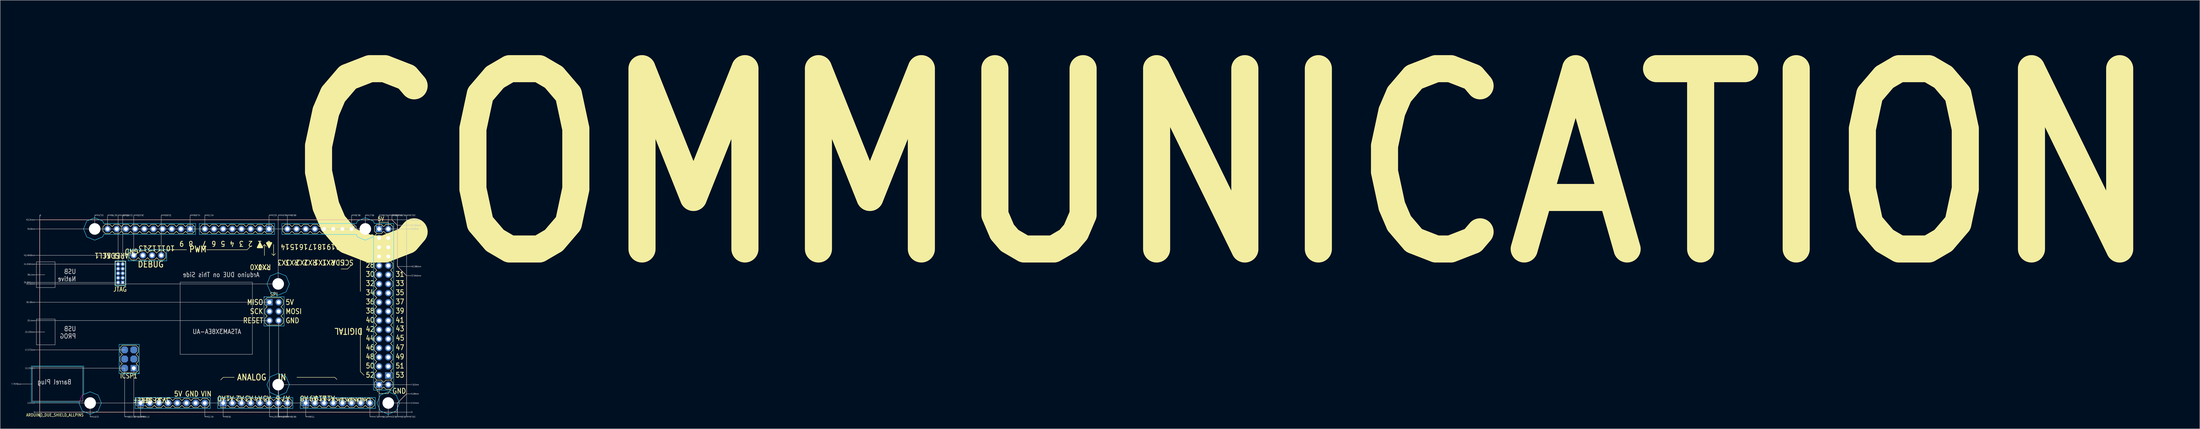
<source format=kicad_pcb>
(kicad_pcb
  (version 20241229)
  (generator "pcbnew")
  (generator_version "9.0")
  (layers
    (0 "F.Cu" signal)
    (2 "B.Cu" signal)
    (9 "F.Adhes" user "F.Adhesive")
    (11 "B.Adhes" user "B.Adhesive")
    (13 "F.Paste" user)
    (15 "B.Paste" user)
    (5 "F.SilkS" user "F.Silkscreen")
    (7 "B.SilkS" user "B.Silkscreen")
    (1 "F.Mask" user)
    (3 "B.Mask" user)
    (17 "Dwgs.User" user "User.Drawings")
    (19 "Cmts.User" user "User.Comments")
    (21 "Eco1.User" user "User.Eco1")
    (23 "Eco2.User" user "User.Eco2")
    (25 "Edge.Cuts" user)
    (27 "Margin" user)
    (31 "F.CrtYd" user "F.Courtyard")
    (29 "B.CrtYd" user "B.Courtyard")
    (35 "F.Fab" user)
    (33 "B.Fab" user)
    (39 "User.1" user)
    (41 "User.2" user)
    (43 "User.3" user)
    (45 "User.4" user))
  (footprint "ARDUINO_DUE_SHIELD_ALLPINS"
    (layer "F.Cu")
    (at 7.94 111.235)
    (property "Reference" "ARDUINO_DUE_SHIELD_ALLPINS" (at -3.81 1.27 0) (unlocked yes) (layer "F.SilkS") (effects (font (size 0.813 0.695) (thickness 0.122)) (justify left bottom)))
    (fp_circle (center 13.97 -2.54) (end 16.82 -2.54) (stroke (width 0) (type solid)) (fill yes) (layer "F.Mask"))
    (fp_circle (center 13.97 -2.54) (end 16.82 -2.54) (stroke (width 0) (type solid)) (fill yes) (layer "F.Mask"))
    (fp_circle (center 15.24 -50.8) (end 18.09 -50.8) (stroke (width 0) (type solid)) (fill yes) (layer "F.Mask"))
    (fp_circle (center 15.24 -50.8) (end 18.09 -50.8) (stroke (width 0) (type solid)) (fill yes) (layer "F.Mask"))
    (fp_circle (center 66.04 -35.56) (end 68.89 -35.56) (stroke (width 0) (type solid)) (fill yes) (layer "F.Mask"))
    (fp_circle (center 66.04 -35.56) (end 68.89 -35.56) (stroke (width 0) (type solid)) (fill yes) (layer "F.Mask"))
    (fp_circle (center 66.04 -7.62) (end 68.89 -7.62) (stroke (width 0) (type solid)) (fill yes) (layer "F.Mask"))
    (fp_circle (center 66.04 -7.62) (end 68.89 -7.62) (stroke (width 0) (type solid)) (fill yes) (layer "F.Mask"))
    (fp_circle (center 90.17 -50.8) (end 93.02 -50.8) (stroke (width 0) (type solid)) (fill yes) (layer "F.Mask"))
    (fp_circle (center 90.17 -50.8) (end 93.02 -50.8) (stroke (width 0) (type solid)) (fill yes) (layer "F.Mask"))
    (fp_circle (center 96.52 -2.54) (end 99.37 -2.54) (stroke (width 0) (type solid)) (fill yes) (layer "F.Mask"))
    (fp_circle (center 96.52 -2.54) (end 99.37 -2.54) (stroke (width 0) (type solid)) (fill yes) (layer "F.Mask"))
    (fp_circle (center 13.97 -2.54) (end 16.82 -2.54) (stroke (width 0) (type solid)) (fill yes) (layer "B.Mask"))
    (fp_circle (center 15.24 -50.8) (end 18.09 -50.8) (stroke (width 0) (type solid)) (fill yes) (layer "B.Mask"))
    (fp_circle (center 66.04 -35.56) (end 68.89 -35.56) (stroke (width 0) (type solid)) (fill yes) (layer "B.Mask"))
    (fp_circle (center 66.04 -7.62) (end 68.89 -7.62) (stroke (width 0) (type solid)) (fill yes) (layer "B.Mask"))
    (fp_circle (center 90.17 -50.8) (end 93.02 -50.8) (stroke (width 0) (type solid)) (fill yes) (layer "B.Mask"))
    (fp_circle (center 96.52 -2.54) (end 99.37 -2.54) (stroke (width 0) (type solid)) (fill yes) (layer "B.Mask"))
    (fp_line (start 0 -53.34) (end 97.536 -53.34) (stroke (width 0.127) (type solid)) (layer "F.SilkS"))
    (fp_line (start 0 0) (end 0 -53.34) (stroke (width 0.127) (type solid)) (layer "F.SilkS"))
    (fp_line (start 17.526 -51.435) (end 17.526 -50.165) (stroke (width 0.127) (type solid)) (layer "F.SilkS"))
    (fp_line (start 17.526 -50.165) (end 18.161 -49.53) (stroke (width 0.127) (type solid)) (layer "F.SilkS"))
    (fp_line (start 18.161 -52.07) (end 17.526 -51.435) (stroke (width 0.127) (type solid)) (layer "F.SilkS"))
    (fp_line (start 18.161 -49.53) (end 19.431 -49.53) (stroke (width 0.127) (type solid)) (layer "F.SilkS"))
    (fp_line (start 19.431 -52.07) (end 18.161 -52.07) (stroke (width 0.127) (type solid)) (layer "F.SilkS"))
    (fp_line (start 19.431 -49.53) (end 20.066 -50.165) (stroke (width 0.127) (type solid)) (layer "F.SilkS"))
    (fp_line (start 20.066 -51.435) (end 19.431 -52.07) (stroke (width 0.127) (type solid)) (layer "F.SilkS"))
    (fp_line (start 20.066 -50.165) (end 20.701 -49.53) (stroke (width 0.127) (type solid)) (layer "F.SilkS"))
    (fp_line (start 20.701 -52.07) (end 20.066 -51.435) (stroke (width 0.127) (type solid)) (layer "F.SilkS"))
    (fp_line (start 20.701 -49.53) (end 21.971 -49.53) (stroke (width 0.127) (type solid)) (layer "F.SilkS"))
    (fp_line (start 20.925 -40.252) (end 20.919 -40.252) (stroke (width 0.127) (type solid)) (layer "F.SilkS"))
    (fp_line (start 20.955 -41.808) (end 20.955 -35.192) (stroke (width 0.127) (type solid)) (layer "F.SilkS"))
    (fp_line (start 20.955 -35.192) (end 23.749 -35.192) (stroke (width 0.127) (type solid)) (layer "F.SilkS"))
    (fp_line (start 21.971 -52.07) (end 20.701 -52.07) (stroke (width 0.127) (type solid)) (layer "F.SilkS"))
    (fp_line (start 21.971 -49.53) (end 22.606 -50.165) (stroke (width 0.127) (type solid)) (layer "F.SilkS"))
    (fp_line (start 22.249 -17.907) (end 22.249 -16.637) (stroke (width 0.127) (type solid)) (layer "F.SilkS"))
    (fp_line (start 22.249 -16.637) (end 22.884 -16.002) (stroke (width 0.127) (type solid)) (layer "F.SilkS"))
    (fp_line (start 22.249 -15.367) (end 22.249 -14.097) (stroke (width 0.127) (type solid)) (layer "F.SilkS"))
    (fp_line (start 22.249 -14.097) (end 22.884 -13.462) (stroke (width 0.127) (type solid)) (layer "F.SilkS"))
    (fp_line (start 22.249 -12.827) (end 22.249 -11.557) (stroke (width 0.127) (type solid)) (layer "F.SilkS"))
    (fp_line (start 22.249 -11.557) (end 22.884 -10.922) (stroke (width 0.127) (type solid)) (layer "F.SilkS"))
    (fp_line (start 22.606 -51.435) (end 21.971 -52.07) (stroke (width 0.127) (type solid)) (layer "F.SilkS"))
    (fp_line (start 22.606 -51.435) (end 22.606 -50.165) (stroke (width 0.127) (type solid)) (layer "F.SilkS"))
    (fp_line (start 22.606 -50.165) (end 23.241 -49.53) (stroke (width 0.127) (type solid)) (layer "F.SilkS"))
    (fp_line (start 22.884 -18.542) (end 22.249 -17.907) (stroke (width 0.127) (type solid)) (layer "F.SilkS"))
    (fp_line (start 22.884 -16.002) (end 22.249 -15.367) (stroke (width 0.127) (type solid)) (layer "F.SilkS"))
    (fp_line (start 22.884 -13.462) (end 22.249 -12.827) (stroke (width 0.127) (type solid)) (layer "F.SilkS"))
    (fp_line (start 22.884 -10.922) (end 26.694 -10.922) (stroke (width 0.127) (type solid)) (layer "F.SilkS"))
    (fp_line (start 23.241 -52.07) (end 22.606 -51.435) (stroke (width 0.127) (type solid)) (layer "F.SilkS"))
    (fp_line (start 23.241 -49.53) (end 24.511 -49.53) (stroke (width 0.127) (type solid)) (layer "F.SilkS"))
    (fp_line (start 23.749 -41.808) (end 20.955 -41.808) (stroke (width 0.127) (type solid)) (layer "F.SilkS"))
    (fp_line (start 23.749 -35.192) (end 23.749 -41.808) (stroke (width 0.127) (type solid)) (layer "F.SilkS"))
    (fp_line (start 24.511 -52.07) (end 23.241 -52.07) (stroke (width 0.127) (type solid)) (layer "F.SilkS"))
    (fp_line (start 24.511 -49.53) (end 25.146 -50.165) (stroke (width 0.127) (type solid)) (layer "F.SilkS"))
    (fp_line (start 24.765 -44.12) (end 24.765 -42.85) (stroke (width 0.127) (type solid)) (layer "F.SilkS"))
    (fp_line (start 24.765 -42.85) (end 25.4 -42.215) (stroke (width 0.127) (type solid)) (layer "F.SilkS"))
    (fp_line (start 25.146 -51.435) (end 24.511 -52.07) (stroke (width 0.127) (type solid)) (layer "F.SilkS"))
    (fp_line (start 25.146 -50.165) (end 25.781 -49.53) (stroke (width 0.127) (type solid)) (layer "F.SilkS"))
    (fp_line (start 25.4 -44.755) (end 24.765 -44.12) (stroke (width 0.127) (type solid)) (layer "F.SilkS"))
    (fp_line (start 25.4 -42.215) (end 26.67 -42.215) (stroke (width 0.127) (type solid)) (layer "F.SilkS"))
    (fp_line (start 25.781 -52.07) (end 25.146 -51.435) (stroke (width 0.127) (type solid)) (layer "F.SilkS"))
    (fp_line (start 25.781 -49.53) (end 27.051 -49.53) (stroke (width 0.127) (type solid)) (layer "F.SilkS"))
    (fp_line (start 26.076 -41.869) (end 26.076 -42.072) (stroke (width 0.127) (type solid)) (layer "F.SilkS"))
    (fp_line (start 26.67 -44.755) (end 25.4 -44.755) (stroke (width 0.127) (type solid)) (layer "F.SilkS"))
    (fp_line (start 26.67 -42.215) (end 27.305 -42.85) (stroke (width 0.127) (type solid)) (layer "F.SilkS"))
    (fp_line (start 26.67 -3.175) (end 26.67 -1.905) (stroke (width 0.127) (type solid)) (layer "F.SilkS"))
    (fp_line (start 26.67 -1.905) (end 26.814 -1.761) (stroke (width 0.127) (type solid)) (layer "F.SilkS"))
    (fp_line (start 26.694 -18.542) (end 22.884 -18.542) (stroke (width 0.127) (type solid)) (layer "F.SilkS"))
    (fp_line (start 26.694 -16.002) (end 27.329 -16.637) (stroke (width 0.127) (type solid)) (layer "F.SilkS"))
    (fp_line (start 26.694 -13.462) (end 27.329 -14.097) (stroke (width 0.127) (type solid)) (layer "F.SilkS"))
    (fp_line (start 26.694 -10.922) (end 27.329 -11.557) (stroke (width 0.127) (type solid)) (layer "F.SilkS"))
    (fp_line (start 26.814 -3.319) (end 26.67 -3.175) (stroke (width 0.127) (type solid)) (layer "F.SilkS"))
    (fp_line (start 27.051 -52.07) (end 25.781 -52.07) (stroke (width 0.127) (type solid)) (layer "F.SilkS"))
    (fp_line (start 27.051 -49.53) (end 27.686 -50.165) (stroke (width 0.127) (type solid)) (layer "F.SilkS"))
    (fp_line (start 27.161 -1.414) (end 27.305 -1.27) (stroke (width 0.127) (type solid)) (layer "F.SilkS"))
    (fp_line (start 27.305 -44.12) (end 26.67 -44.755) (stroke (width 0.127) (type solid)) (layer "F.SilkS"))
    (fp_line (start 27.305 -42.85) (end 27.94 -42.215) (stroke (width 0.127) (type solid)) (layer "F.SilkS"))
    (fp_line (start 27.305 -3.81) (end 27.161 -3.666) (stroke (width 0.127) (type solid)) (layer "F.SilkS"))
    (fp_line (start 27.305 -3.81) (end 28.575 -3.81) (stroke (width 0.127) (type solid)) (layer "F.SilkS"))
    (fp_line (start 27.329 -17.907) (end 26.694 -18.542) (stroke (width 0.127) (type solid)) (layer "F.SilkS"))
    (fp_line (start 27.329 -16.637) (end 27.329 -17.907) (stroke (width 0.127) (type solid)) (layer "F.SilkS"))
    (fp_line (start 27.329 -15.367) (end 26.694 -16.002) (stroke (width 0.127) (type solid)) (layer "F.SilkS"))
    (fp_line (start 27.329 -14.097) (end 27.329 -15.367) (stroke (width 0.127) (type solid)) (layer "F.SilkS"))
    (fp_line (start 27.329 -12.827) (end 26.694 -13.462) (stroke (width 0.127) (type solid)) (layer "F.SilkS"))
    (fp_line (start 27.329 -11.557) (end 27.329 -12.827) (stroke (width 0.127) (type solid)) (layer "F.SilkS"))
    (fp_line (start 27.686 -51.435) (end 27.051 -52.07) (stroke (width 0.127) (type solid)) (layer "F.SilkS"))
    (fp_line (start 27.686 -50.165) (end 28.321 -49.53) (stroke (width 0.127) (type solid)) (layer "F.SilkS"))
    (fp_line (start 27.94 -44.755) (end 27.305 -44.12) (stroke (width 0.127) (type solid)) (layer "F.SilkS"))
    (fp_line (start 27.94 -42.215) (end 29.21 -42.215) (stroke (width 0.127) (type solid)) (layer "F.SilkS"))
    (fp_line (start 28.321 -52.07) (end 27.686 -51.435) (stroke (width 0.127) (type solid)) (layer "F.SilkS"))
    (fp_line (start 28.321 -49.53) (end 29.591 -49.53) (stroke (width 0.127) (type solid)) (layer "F.SilkS"))
    (fp_line (start 28.575 -3.81) (end 28.719 -3.666) (stroke (width 0.127) (type solid)) (layer "F.SilkS"))
    (fp_line (start 28.575 -1.27) (end 27.305 -1.27) (stroke (width 0.127) (type solid)) (layer "F.SilkS"))
    (fp_line (start 28.719 -1.414) (end 28.575 -1.27) (stroke (width 0.127) (type solid)) (layer "F.SilkS"))
    (fp_line (start 29.066 -3.319) (end 29.21 -3.175) (stroke (width 0.127) (type solid)) (layer "F.SilkS"))
    (fp_line (start 29.21 -44.755) (end 27.94 -44.755) (stroke (width 0.127) (type solid)) (layer "F.SilkS"))
    (fp_line (start 29.21 -42.215) (end 29.845 -42.85) (stroke (width 0.127) (type solid)) (layer "F.SilkS"))
    (fp_line (start 29.21 -3.175) (end 29.845 -3.81) (stroke (width 0.127) (type solid)) (layer "F.SilkS"))
    (fp_line (start 29.21 -1.905) (end 29.066 -1.761) (stroke (width 0.127) (type solid)) (layer "F.SilkS"))
    (fp_line (start 29.591 -52.07) (end 28.321 -52.07) (stroke (width 0.127) (type solid)) (layer "F.SilkS"))
    (fp_line (start 29.591 -49.53) (end 30.226 -50.165) (stroke (width 0.127) (type solid)) (layer "F.SilkS"))
    (fp_line (start 29.845 -44.12) (end 29.21 -44.755) (stroke (width 0.127) (type solid)) (layer "F.SilkS"))
    (fp_line (start 29.845 -42.85) (end 30.48 -42.215) (stroke (width 0.127) (type solid)) (layer "F.SilkS"))
    (fp_line (start 29.845 -3.81) (end 31.115 -3.81) (stroke (width 0.127) (type solid)) (layer "F.SilkS"))
    (fp_line (start 29.845 -1.27) (end 29.21 -1.905) (stroke (width 0.127) (type solid)) (layer "F.SilkS"))
    (fp_line (start 30.226 -51.435) (end 29.591 -52.07) (stroke (width 0.127) (type solid)) (layer "F.SilkS"))
    (fp_line (start 30.226 -50.165) (end 30.861 -49.53) (stroke (width 0.127) (type solid)) (layer "F.SilkS"))
    (fp_line (start 30.251 -45.034) (end 29.362 -45.923) (stroke (width 0.127) (type solid)) (layer "F.SilkS"))
    (fp_line (start 30.48 -44.755) (end 29.845 -44.12) (stroke (width 0.127) (type solid)) (layer "F.SilkS"))
    (fp_line (start 30.48 -42.215) (end 31.75 -42.215) (stroke (width 0.127) (type solid)) (layer "F.SilkS"))
    (fp_line (start 30.861 -52.07) (end 30.226 -51.435) (stroke (width 0.127) (type solid)) (layer "F.SilkS"))
    (fp_line (start 30.861 -49.53) (end 32.131 -49.53) (stroke (width 0.127) (type solid)) (layer "F.SilkS"))
    (fp_line (start 31.115 -3.81) (end 31.75 -3.175) (stroke (width 0.127) (type solid)) (layer "F.SilkS"))
    (fp_line (start 31.115 -1.27) (end 29.845 -1.27) (stroke (width 0.127) (type solid)) (layer "F.SilkS"))
    (fp_line (start 31.75 -44.755) (end 30.48 -44.755) (stroke (width 0.127) (type solid)) (layer "F.SilkS"))
    (fp_line (start 31.75 -42.215) (end 32.385 -42.85) (stroke (width 0.127) (type solid)) (layer "F.SilkS"))
    (fp_line (start 31.75 -3.175) (end 32.385 -3.81) (stroke (width 0.127) (type solid)) (layer "F.SilkS"))
    (fp_line (start 31.75 -1.905) (end 31.115 -1.27) (stroke (width 0.127) (type solid)) (layer "F.SilkS"))
    (fp_line (start 31.757 -1.918) (end 32.392 -1.283) (stroke (width 0.127) (type solid)) (layer "F.SilkS"))
    (fp_line (start 32.131 -52.07) (end 30.861 -52.07) (stroke (width 0.127) (type solid)) (layer "F.SilkS"))
    (fp_line (start 32.131 -49.53) (end 32.766 -50.165) (stroke (width 0.127) (type solid)) (layer "F.SilkS"))
    (fp_line (start 32.385 -44.12) (end 31.75 -44.755) (stroke (width 0.127) (type solid)) (layer "F.SilkS"))
    (fp_line (start 32.385 -42.85) (end 33.02 -42.215) (stroke (width 0.127) (type solid)) (layer "F.SilkS"))
    (fp_line (start 32.385 -1.27) (end 31.75 -1.905) (stroke (width 0.127) (type solid)) (layer "F.SilkS"))
    (fp_line (start 32.392 -3.823) (end 31.757 -3.188) (stroke (width 0.127) (type solid)) (layer "F.SilkS"))
    (fp_line (start 32.392 -3.823) (end 33.662 -3.823) (stroke (width 0.127) (type solid)) (layer "F.SilkS"))
    (fp_line (start 32.766 -51.435) (end 32.131 -52.07) (stroke (width 0.127) (type solid)) (layer "F.SilkS"))
    (fp_line (start 32.766 -50.165) (end 33.401 -49.53) (stroke (width 0.127) (type solid)) (layer "F.SilkS"))
    (fp_line (start 33.02 -44.755) (end 32.385 -44.12) (stroke (width 0.127) (type solid)) (layer "F.SilkS"))
    (fp_line (start 33.02 -42.215) (end 34.29 -42.215) (stroke (width 0.127) (type solid)) (layer "F.SilkS"))
    (fp_line (start 33.401 -52.07) (end 32.766 -51.435) (stroke (width 0.127) (type solid)) (layer "F.SilkS"))
    (fp_line (start 33.401 -49.53) (end 34.671 -49.53) (stroke (width 0.127) (type solid)) (layer "F.SilkS"))
    (fp_line (start 33.662 -3.823) (end 34.297 -3.188) (stroke (width 0.127) (type solid)) (layer "F.SilkS"))
    (fp_line (start 33.662 -1.283) (end 32.392 -1.283) (stroke (width 0.127) (type solid)) (layer "F.SilkS"))
    (fp_line (start 34.29 -44.755) (end 33.02 -44.755) (stroke (width 0.127) (type solid)) (layer "F.SilkS"))
    (fp_line (start 34.29 -42.215) (end 34.925 -42.85) (stroke (width 0.127) (type solid)) (layer "F.SilkS"))
    (fp_line (start 34.297 -3.188) (end 34.932 -3.823) (stroke (width 0.127) (type solid)) (layer "F.SilkS"))
    (fp_line (start 34.297 -1.918) (end 33.662 -1.283) (stroke (width 0.127) (type solid)) (layer "F.SilkS"))
    (fp_line (start 34.671 -52.07) (end 33.401 -52.07) (stroke (width 0.127) (type solid)) (layer "F.SilkS"))
    (fp_line (start 34.671 -49.53) (end 35.306 -50.165) (stroke (width 0.127) (type solid)) (layer "F.SilkS"))
    (fp_line (start 34.925 -44.12) (end 34.29 -44.755) (stroke (width 0.127) (type solid)) (layer "F.SilkS"))
    (fp_line (start 34.932 -3.823) (end 36.202 -3.823) (stroke (width 0.127) (type solid)) (layer "F.SilkS"))
    (fp_line (start 34.932 -1.283) (end 34.297 -1.918) (stroke (width 0.127) (type solid)) (layer "F.SilkS"))
    (fp_line (start 34.939 -42.887) (end 34.94 -44.105) (stroke (width 0.127) (type solid)) (layer "F.SilkS"))
    (fp_line (start 35.306 -51.435) (end 34.671 -52.07) (stroke (width 0.127) (type solid)) (layer "F.SilkS"))
    (fp_line (start 35.306 -50.165) (end 35.941 -49.53) (stroke (width 0.127) (type solid)) (layer "F.SilkS"))
    (fp_line (start 35.941 -52.07) (end 35.306 -51.435) (stroke (width 0.127) (type solid)) (layer "F.SilkS"))
    (fp_line (start 35.941 -49.53) (end 37.211 -49.53) (stroke (width 0.127) (type solid)) (layer "F.SilkS"))
    (fp_line (start 36.202 -3.823) (end 36.837 -3.188) (stroke (width 0.127) (type solid)) (layer "F.SilkS"))
    (fp_line (start 36.202 -1.283) (end 34.932 -1.283) (stroke (width 0.127) (type solid)) (layer "F.SilkS"))
    (fp_line (start 36.837 -3.188) (end 37.472 -3.823) (stroke (width 0.127) (type solid)) (layer "F.SilkS"))
    (fp_line (start 36.837 -1.918) (end 36.202 -1.283) (stroke (width 0.127) (type solid)) (layer "F.SilkS"))
    (fp_line (start 37.211 -52.07) (end 35.941 -52.07) (stroke (width 0.127) (type solid)) (layer "F.SilkS"))
    (fp_line (start 37.211 -49.53) (end 37.846 -50.165) (stroke (width 0.127) (type solid)) (layer "F.SilkS"))
    (fp_line (start 37.472 -3.823) (end 38.742 -3.823) (stroke (width 0.127) (type solid)) (layer "F.SilkS"))
    (fp_line (start 37.472 -1.283) (end 36.837 -1.918) (stroke (width 0.127) (type solid)) (layer "F.SilkS"))
    (fp_line (start 37.846 -51.435) (end 37.211 -52.07) (stroke (width 0.127) (type solid)) (layer "F.SilkS"))
    (fp_line (start 37.846 -50.165) (end 38.481 -49.53) (stroke (width 0.127) (type solid)) (layer "F.SilkS"))
    (fp_line (start 38.481 -52.07) (end 37.846 -51.435) (stroke (width 0.127) (type solid)) (layer "F.SilkS"))
    (fp_line (start 38.481 -49.53) (end 39.751 -49.53) (stroke (width 0.127) (type solid)) (layer "F.SilkS"))
    (fp_line (start 38.742 -3.823) (end 39.377 -3.188) (stroke (width 0.127) (type solid)) (layer "F.SilkS"))
    (fp_line (start 38.742 -1.283) (end 37.472 -1.283) (stroke (width 0.127) (type solid)) (layer "F.SilkS"))
    (fp_line (start 39.377 -1.918) (end 38.742 -1.283) (stroke (width 0.127) (type solid)) (layer "F.SilkS"))
    (fp_line (start 39.377 -1.918) (end 40.012 -1.283) (stroke (width 0.127) (type solid)) (layer "F.SilkS"))
    (fp_line (start 39.751 -52.07) (end 38.481 -52.07) (stroke (width 0.127) (type solid)) (layer "F.SilkS"))
    (fp_line (start 39.751 -49.53) (end 40.386 -50.165) (stroke (width 0.127) (type solid)) (layer "F.SilkS"))
    (fp_line (start 40.012 -3.823) (end 39.377 -3.188) (stroke (width 0.127) (type solid)) (layer "F.SilkS"))
    (fp_line (start 40.012 -3.823) (end 41.282 -3.823) (stroke (width 0.127) (type solid)) (layer "F.SilkS"))
    (fp_line (start 40.386 -51.435) (end 39.751 -52.07) (stroke (width 0.127) (type solid)) (layer "F.SilkS"))
    (fp_line (start 40.386 -50.165) (end 41.021 -49.53) (stroke (width 0.127) (type solid)) (layer "F.SilkS"))
    (fp_line (start 40.665 -45.034) (end 30.251 -45.034) (stroke (width 0.127) (type solid)) (layer "F.SilkS"))
    (fp_line (start 41.021 -52.07) (end 40.386 -51.435) (stroke (width 0.127) (type solid)) (layer "F.SilkS"))
    (fp_line (start 41.021 -49.53) (end 42.291 -49.53) (stroke (width 0.127) (type solid)) (layer "F.SilkS"))
    (fp_line (start 41.282 -3.823) (end 41.917 -3.188) (stroke (width 0.127) (type solid)) (layer "F.SilkS"))
    (fp_line (start 41.282 -1.283) (end 40.012 -1.283) (stroke (width 0.127) (type solid)) (layer "F.SilkS"))
    (fp_line (start 41.917 -3.188) (end 42.552 -3.823) (stroke (width 0.127) (type solid)) (layer "F.SilkS"))
    (fp_line (start 41.917 -1.918) (end 41.282 -1.283) (stroke (width 0.127) (type solid)) (layer "F.SilkS"))
    (fp_line (start 42.291 -52.07) (end 41.021 -52.07) (stroke (width 0.127) (type solid)) (layer "F.SilkS"))
    (fp_line (start 42.291 -49.53) (end 42.926 -50.165) (stroke (width 0.127) (type solid)) (layer "F.SilkS"))
    (fp_line (start 42.552 -3.823) (end 43.822 -3.823) (stroke (width 0.127) (type solid)) (layer "F.SilkS"))
    (fp_line (start 42.552 -1.283) (end 41.917 -1.918) (stroke (width 0.127) (type solid)) (layer "F.SilkS"))
    (fp_line (start 42.926 -51.435) (end 42.291 -52.07) (stroke (width 0.127) (type solid)) (layer "F.SilkS"))
    (fp_line (start 42.926 -50.165) (end 42.926 -51.435) (stroke (width 0.127) (type solid)) (layer "F.SilkS"))
    (fp_line (start 43.822 -3.823) (end 44.457 -3.188) (stroke (width 0.127) (type solid)) (layer "F.SilkS"))
    (fp_line (start 43.822 -1.283) (end 42.552 -1.283) (stroke (width 0.127) (type solid)) (layer "F.SilkS"))
    (fp_line (start 44.45 -51.435) (end 44.45 -50.165) (stroke (width 0.127) (type solid)) (layer "F.SilkS"))
    (fp_line (start 44.45 -50.165) (end 45.085 -49.53) (stroke (width 0.127) (type solid)) (layer "F.SilkS"))
    (fp_line (start 44.457 -3.188) (end 45.092 -3.823) (stroke (width 0.127) (type solid)) (layer "F.SilkS"))
    (fp_line (start 44.457 -1.918) (end 43.822 -1.283) (stroke (width 0.127) (type solid)) (layer "F.SilkS"))
    (fp_line (start 45.085 -52.07) (end 44.45 -51.435) (stroke (width 0.127) (type solid)) (layer "F.SilkS"))
    (fp_line (start 45.085 -49.53) (end 46.355 -49.53) (stroke (width 0.127) (type solid)) (layer "F.SilkS"))
    (fp_line (start 45.092 -3.823) (end 46.362 -3.823) (stroke (width 0.127) (type solid)) (layer "F.SilkS"))
    (fp_line (start 45.092 -1.283) (end 44.457 -1.918) (stroke (width 0.127) (type solid)) (layer "F.SilkS"))
    (fp_line (start 46.253 -45.034) (end 57.429 -45.034) (stroke (width 0.127) (type solid)) (layer "F.SilkS"))
    (fp_line (start 46.355 -52.07) (end 45.085 -52.07) (stroke (width 0.127) (type solid)) (layer "F.SilkS"))
    (fp_line (start 46.355 -49.53) (end 46.99 -50.165) (stroke (width 0.127) (type solid)) (layer "F.SilkS"))
    (fp_line (start 46.362 -3.823) (end 46.997 -3.188) (stroke (width 0.127) (type solid)) (layer "F.SilkS"))
    (fp_line (start 46.362 -1.283) (end 45.092 -1.283) (stroke (width 0.127) (type solid)) (layer "F.SilkS"))
    (fp_line (start 46.99 -51.435) (end 46.355 -52.07) (stroke (width 0.127) (type solid)) (layer "F.SilkS"))
    (fp_line (start 46.99 -50.165) (end 47.625 -49.53) (stroke (width 0.127) (type solid)) (layer "F.SilkS"))
    (fp_line (start 46.997 -3.188) (end 46.997 -1.918) (stroke (width 0.127) (type solid)) (layer "F.SilkS"))
    (fp_line (start 46.997 -1.918) (end 46.362 -1.283) (stroke (width 0.127) (type solid)) (layer "F.SilkS"))
    (fp_line (start 47.625 -52.07) (end 46.99 -51.435) (stroke (width 0.127) (type solid)) (layer "F.SilkS"))
    (fp_line (start 47.625 -49.53) (end 48.895 -49.53) (stroke (width 0.127) (type solid)) (layer "F.SilkS"))
    (fp_line (start 48.895 -52.07) (end 47.625 -52.07) (stroke (width 0.127) (type solid)) (layer "F.SilkS"))
    (fp_line (start 48.895 -49.53) (end 49.53 -50.165) (stroke (width 0.127) (type solid)) (layer "F.SilkS"))
    (fp_line (start 49.53 -51.435) (end 48.895 -52.07) (stroke (width 0.127) (type solid)) (layer "F.SilkS"))
    (fp_line (start 49.53 -50.165) (end 50.165 -49.53) (stroke (width 0.127) (type solid)) (layer "F.SilkS"))
    (fp_line (start 49.53 -3.188) (end 49.53 -1.918) (stroke (width 0.127) (type solid)) (layer "F.SilkS"))
    (fp_line (start 49.53 -1.918) (end 49.674 -1.774) (stroke (width 0.127) (type solid)) (layer "F.SilkS"))
    (fp_line (start 49.674 -3.332) (end 49.53 -3.188) (stroke (width 0.127) (type solid)) (layer "F.SilkS"))
    (fp_line (start 50.034 -1.414) (end 50.165 -1.283) (stroke (width 0.127) (type solid)) (layer "F.SilkS"))
    (fp_line (start 50.165 -52.07) (end 49.53 -51.435) (stroke (width 0.127) (type solid)) (layer "F.SilkS"))
    (fp_line (start 50.165 -49.53) (end 51.435 -49.53) (stroke (width 0.127) (type solid)) (layer "F.SilkS"))
    (fp_line (start 50.165 -3.823) (end 50.008 -3.666) (stroke (width 0.127) (type solid)) (layer "F.SilkS"))
    (fp_line (start 50.165 -3.823) (end 51.435 -3.823) (stroke (width 0.127) (type solid)) (layer "F.SilkS"))
    (fp_line (start 50.825 -9.652) (end 50.114 -8.941) (stroke (width 0.127) (type solid)) (layer "F.SilkS"))
    (fp_line (start 51.435 -52.07) (end 50.165 -52.07) (stroke (width 0.127) (type solid)) (layer "F.SilkS"))
    (fp_line (start 51.435 -49.53) (end 52.07 -50.165) (stroke (width 0.127) (type solid)) (layer "F.SilkS"))
    (fp_line (start 51.435 -3.823) (end 51.592 -3.666) (stroke (width 0.127) (type solid)) (layer "F.SilkS"))
    (fp_line (start 51.435 -1.283) (end 50.165 -1.283) (stroke (width 0.127) (type solid)) (layer "F.SilkS"))
    (fp_line (start 51.566 -1.414) (end 51.435 -1.283) (stroke (width 0.127) (type solid)) (layer "F.SilkS"))
    (fp_line (start 51.926 -3.332) (end 52.07 -3.188) (stroke (width 0.127) (type solid)) (layer "F.SilkS"))
    (fp_line (start 52.07 -51.435) (end 51.435 -52.07) (stroke (width 0.127) (type solid)) (layer "F.SilkS"))
    (fp_line (start 52.07 -50.165) (end 52.705 -49.53) (stroke (width 0.127) (type solid)) (layer "F.SilkS"))
    (fp_line (start 52.07 -3.188) (end 52.705 -3.823) (stroke (width 0.127) (type solid)) (layer "F.SilkS"))
    (fp_line (start 52.07 -1.918) (end 51.926 -1.774) (stroke (width 0.127) (type solid)) (layer "F.SilkS"))
    (fp_line (start 52.705 -52.07) (end 52.07 -51.435) (stroke (width 0.127) (type solid)) (layer "F.SilkS"))
    (fp_line (start 52.705 -49.53) (end 53.975 -49.53) (stroke (width 0.127) (type solid)) (layer "F.SilkS"))
    (fp_line (start 52.705 -3.823) (end 53.975 -3.823) (stroke (width 0.127) (type solid)) (layer "F.SilkS"))
    (fp_line (start 52.705 -1.283) (end 52.07 -1.918) (stroke (width 0.127) (type solid)) (layer "F.SilkS"))
    (fp_line (start 53.873 -9.652) (end 50.825 -9.652) (stroke (width 0.127) (type solid)) (layer "F.SilkS"))
    (fp_line (start 53.975 -52.07) (end 52.705 -52.07) (stroke (width 0.127) (type solid)) (layer "F.SilkS"))
    (fp_line (start 53.975 -49.53) (end 54.61 -50.165) (stroke (width 0.127) (type solid)) (layer "F.SilkS"))
    (fp_line (start 53.975 -3.823) (end 54.61 -3.188) (stroke (width 0.127) (type solid)) (layer "F.SilkS"))
    (fp_line (start 53.975 -1.283) (end 52.705 -1.283) (stroke (width 0.127) (type solid)) (layer "F.SilkS"))
    (fp_line (start 54.61 -51.435) (end 53.975 -52.07) (stroke (width 0.127) (type solid)) (layer "F.SilkS"))
    (fp_line (start 54.61 -50.165) (end 55.245 -49.53) (stroke (width 0.127) (type solid)) (layer "F.SilkS"))
    (fp_line (start 54.61 -3.188) (end 55.245 -3.823) (stroke (width 0.127) (type solid)) (layer "F.SilkS"))
    (fp_line (start 54.61 -1.918) (end 53.975 -1.283) (stroke (width 0.127) (type solid)) (layer "F.SilkS"))
    (fp_line (start 55.245 -52.07) (end 54.61 -51.435) (stroke (width 0.127) (type solid)) (layer "F.SilkS"))
    (fp_line (start 55.245 -49.53) (end 56.515 -49.53) (stroke (width 0.127) (type solid)) (layer "F.SilkS"))
    (fp_line (start 55.245 -3.823) (end 56.515 -3.823) (stroke (width 0.127) (type solid)) (layer "F.SilkS"))
    (fp_line (start 55.245 -1.283) (end 54.61 -1.918) (stroke (width 0.127) (type solid)) (layer "F.SilkS"))
    (fp_line (start 56.515 -52.07) (end 55.245 -52.07) (stroke (width 0.127) (type solid)) (layer "F.SilkS"))
    (fp_line (start 56.515 -49.53) (end 57.15 -50.165) (stroke (width 0.127) (type solid)) (layer "F.SilkS"))
    (fp_line (start 56.515 -3.823) (end 57.15 -3.188) (stroke (width 0.127) (type solid)) (layer "F.SilkS"))
    (fp_line (start 56.515 -1.283) (end 55.245 -1.283) (stroke (width 0.127) (type solid)) (layer "F.SilkS"))
    (fp_line (start 57.15 -51.435) (end 56.515 -52.07) (stroke (width 0.127) (type solid)) (layer "F.SilkS"))
    (fp_line (start 57.15 -50.165) (end 57.785 -49.53) (stroke (width 0.127) (type solid)) (layer "F.SilkS"))
    (fp_line (start 57.15 -1.918) (end 56.515 -1.283) (stroke (width 0.127) (type solid)) (layer "F.SilkS"))
    (fp_line (start 57.15 -1.918) (end 57.785 -1.283) (stroke (width 0.127) (type solid)) (layer "F.SilkS"))
    (fp_line (start 57.429 -45.034) (end 58.445 -46.05) (stroke (width 0.127) (type solid)) (layer "F.SilkS"))
    (fp_line (start 57.785 -52.07) (end 57.15 -51.435) (stroke (width 0.127) (type solid)) (layer "F.SilkS"))
    (fp_line (start 57.785 -49.53) (end 59.055 -49.53) (stroke (width 0.127) (type solid)) (layer "F.SilkS"))
    (fp_line (start 57.785 -3.823) (end 57.15 -3.188) (stroke (width 0.127) (type solid)) (layer "F.SilkS"))
    (fp_line (start 57.785 -3.823) (end 59.055 -3.823) (stroke (width 0.127) (type solid)) (layer "F.SilkS"))
    (fp_line (start 59.055 -52.07) (end 57.785 -52.07) (stroke (width 0.127) (type solid)) (layer "F.SilkS"))
    (fp_line (start 59.055 -49.53) (end 59.69 -50.165) (stroke (width 0.127) (type solid)) (layer "F.SilkS"))
    (fp_line (start 59.055 -3.823) (end 59.69 -3.188) (stroke (width 0.127) (type solid)) (layer "F.SilkS"))
    (fp_line (start 59.055 -1.283) (end 57.785 -1.283) (stroke (width 0.127) (type solid)) (layer "F.SilkS"))
    (fp_line (start 59.69 -51.435) (end 59.055 -52.07) (stroke (width 0.127) (type solid)) (layer "F.SilkS"))
    (fp_line (start 59.69 -50.165) (end 60.325 -49.53) (stroke (width 0.127) (type solid)) (layer "F.SilkS"))
    (fp_line (start 59.69 -3.188) (end 60.325 -3.823) (stroke (width 0.127) (type solid)) (layer "F.SilkS"))
    (fp_line (start 59.69 -1.918) (end 59.055 -1.283) (stroke (width 0.127) (type solid)) (layer "F.SilkS"))
    (fp_line (start 60.325 -52.07) (end 59.69 -51.435) (stroke (width 0.127) (type solid)) (layer "F.SilkS"))
    (fp_line (start 60.325 -49.53) (end 61.595 -49.53) (stroke (width 0.127) (type solid)) (layer "F.SilkS"))
    (fp_line (start 60.325 -3.823) (end 61.595 -3.823) (stroke (width 0.127) (type solid)) (layer "F.SilkS"))
    (fp_line (start 60.325 -1.283) (end 59.69 -1.918) (stroke (width 0.127) (type solid)) (layer "F.SilkS"))
    (fp_line (start 60.35 -45.669) (end 60.985 -46.939) (stroke (width 0.406) (type solid)) (layer "F.SilkS"))
    (fp_line (start 60.35 -45.669) (end 60.985 -46.304) (stroke (width 0.406) (type solid)) (layer "F.SilkS"))
    (fp_line (start 60.985 -46.939) (end 61.62 -45.669) (stroke (width 0.406) (type solid)) (layer "F.SilkS"))
    (fp_line (start 60.985 -46.304) (end 60.985 -45.669) (stroke (width 0.406) (type solid)) (layer "F.SilkS"))
    (fp_line (start 60.985 -45.669) (end 60.35 -45.669) (stroke (width 0.406) (type solid)) (layer "F.SilkS"))
    (fp_line (start 60.985 -45.669) (end 61.62 -45.669) (stroke (width 0.406) (type solid)) (layer "F.SilkS"))
    (fp_line (start 61.112 -40.843) (end 62.255 -39.7) (stroke (width 0.127) (type solid)) (layer "F.SilkS"))
    (fp_line (start 61.595 -52.07) (end 60.325 -52.07) (stroke (width 0.127) (type solid)) (layer "F.SilkS"))
    (fp_line (start 61.595 -49.53) (end 62.23 -50.165) (stroke (width 0.127) (type solid)) (layer "F.SilkS"))
    (fp_line (start 61.595 -3.823) (end 62.23 -3.188) (stroke (width 0.127) (type solid)) (layer "F.SilkS"))
    (fp_line (start 61.595 -1.283) (end 60.325 -1.283) (stroke (width 0.127) (type solid)) (layer "F.SilkS"))
    (fp_line (start 61.62 -45.669) (end 60.985 -46.304) (stroke (width 0.406) (type solid)) (layer "F.SilkS"))
    (fp_line (start 62.23 -51.435) (end 61.595 -52.07) (stroke (width 0.127) (type solid)) (layer "F.SilkS"))
    (fp_line (start 62.23 -50.165) (end 62.865 -49.53) (stroke (width 0.127) (type solid)) (layer "F.SilkS"))
    (fp_line (start 62.23 -46.482) (end 61.722 -45.974) (stroke (width 0.127) (type solid)) (layer "F.SilkS"))
    (fp_line (start 62.23 -46.482) (end 62.738 -45.974) (stroke (width 0.127) (type solid)) (layer "F.SilkS"))
    (fp_line (start 62.23 -43.434) (end 62.23 -46.482) (stroke (width 0.127) (type solid)) (layer "F.SilkS"))
    (fp_line (start 62.23 -3.188) (end 62.865 -3.823) (stroke (width 0.127) (type solid)) (layer "F.SilkS"))
    (fp_line (start 62.23 -1.918) (end 61.595 -1.283) (stroke (width 0.127) (type solid)) (layer "F.SilkS"))
    (fp_line (start 62.255 -39.7) (end 63.525 -39.7) (stroke (width 0.127) (type solid)) (layer "F.SilkS"))
    (fp_line (start 62.357 -31.115) (end 62.357 -29.845) (stroke (width 0.127) (type solid)) (layer "F.SilkS"))
    (fp_line (start 62.357 -29.845) (end 62.992 -29.21) (stroke (width 0.127) (type solid)) (layer "F.SilkS"))
    (fp_line (start 62.357 -28.575) (end 62.357 -27.305) (stroke (width 0.127) (type solid)) (layer "F.SilkS"))
    (fp_line (start 62.357 -27.305) (end 62.992 -26.67) (stroke (width 0.127) (type solid)) (layer "F.SilkS"))
    (fp_line (start 62.357 -26.035) (end 62.357 -24.765) (stroke (width 0.127) (type solid)) (layer "F.SilkS"))
    (fp_line (start 62.357 -24.765) (end 62.992 -24.13) (stroke (width 0.127) (type solid)) (layer "F.SilkS"))
    (fp_line (start 62.865 -52.07) (end 62.23 -51.435) (stroke (width 0.127) (type solid)) (layer "F.SilkS"))
    (fp_line (start 62.865 -49.53) (end 64.135 -49.53) (stroke (width 0.127) (type solid)) (layer "F.SilkS"))
    (fp_line (start 62.865 -3.823) (end 64.135 -3.823) (stroke (width 0.127) (type solid)) (layer "F.SilkS"))
    (fp_line (start 62.865 -1.283) (end 62.23 -1.918) (stroke (width 0.127) (type solid)) (layer "F.SilkS"))
    (fp_line (start 62.89 -46.939) (end 63.525 -46.939) (stroke (width 0.406) (type solid)) (layer "F.SilkS"))
    (fp_line (start 62.89 -46.939) (end 63.525 -46.304) (stroke (width 0.406) (type solid)) (layer "F.SilkS"))
    (fp_line (start 62.992 -31.75) (end 62.357 -31.115) (stroke (width 0.127) (type solid)) (layer "F.SilkS"))
    (fp_line (start 62.992 -29.21) (end 62.357 -28.575) (stroke (width 0.127) (type solid)) (layer "F.SilkS"))
    (fp_line (start 62.992 -26.67) (end 62.357 -26.035) (stroke (width 0.127) (type solid)) (layer "F.SilkS"))
    (fp_line (start 62.992 -24.13) (end 66.802 -24.13) (stroke (width 0.127) (type solid)) (layer "F.SilkS"))
    (fp_line (start 63.525 -46.939) (end 63.525 -46.304) (stroke (width 0.406) (type solid)) (layer "F.SilkS"))
    (fp_line (start 63.525 -46.304) (end 64.16 -46.939) (stroke (width 0.406) (type solid)) (layer "F.SilkS"))
    (fp_line (start 63.525 -45.669) (end 62.89 -46.939) (stroke (width 0.406) (type solid)) (layer "F.SilkS"))
    (fp_line (start 64.135 -52.07) (end 62.865 -52.07) (stroke (width 0.127) (type solid)) (layer "F.SilkS"))
    (fp_line (start 64.135 -49.53) (end 64.77 -50.165) (stroke (width 0.127) (type solid)) (layer "F.SilkS"))
    (fp_line (start 64.135 -3.823) (end 64.77 -3.188) (stroke (width 0.127) (type solid)) (layer "F.SilkS"))
    (fp_line (start 64.135 -1.283) (end 62.865 -1.283) (stroke (width 0.127) (type solid)) (layer "F.SilkS"))
    (fp_line (start 64.16 -46.939) (end 63.525 -46.939) (stroke (width 0.406) (type solid)) (layer "F.SilkS"))
    (fp_line (start 64.16 -46.939) (end 63.525 -45.669) (stroke (width 0.406) (type solid)) (layer "F.SilkS"))
    (fp_line (start 64.77 -51.435) (end 64.135 -52.07) (stroke (width 0.127) (type solid)) (layer "F.SilkS"))
    (fp_line (start 64.77 -50.165) (end 64.77 -51.435) (stroke (width 0.127) (type solid)) (layer "F.SilkS"))
    (fp_line (start 64.77 -46.482) (end 64.77 -43.434) (stroke (width 0.127) (type solid)) (layer "F.SilkS"))
    (fp_line (start 64.77 -43.434) (end 64.262 -43.942) (stroke (width 0.127) (type solid)) (layer "F.SilkS"))
    (fp_line (start 64.77 -43.434) (end 65.278 -43.942) (stroke (width 0.127) (type solid)) (layer "F.SilkS"))
    (fp_line (start 64.77 -1.918) (end 64.135 -1.283) (stroke (width 0.127) (type solid)) (layer "F.SilkS"))
    (fp_line (start 64.77 -1.918) (end 65.405 -1.283) (stroke (width 0.127) (type solid)) (layer "F.SilkS"))
    (fp_line (start 65.405 -3.823) (end 64.77 -3.188) (stroke (width 0.127) (type solid)) (layer "F.SilkS"))
    (fp_line (start 65.405 -3.823) (end 66.675 -3.823) (stroke (width 0.127) (type solid)) (layer "F.SilkS"))
    (fp_line (start 66.675 -3.823) (end 67.31 -3.188) (stroke (width 0.127) (type solid)) (layer "F.SilkS"))
    (fp_line (start 66.675 -1.283) (end 65.405 -1.283) (stroke (width 0.127) (type solid)) (layer "F.SilkS"))
    (fp_line (start 66.802 -31.75) (end 62.992 -31.75) (stroke (width 0.127) (type solid)) (layer "F.SilkS"))
    (fp_line (start 66.802 -29.21) (end 67.437 -29.845) (stroke (width 0.127) (type solid)) (layer "F.SilkS"))
    (fp_line (start 66.802 -26.67) (end 67.437 -27.305) (stroke (width 0.127) (type solid)) (layer "F.SilkS"))
    (fp_line (start 66.802 -24.13) (end 67.437 -24.765) (stroke (width 0.127) (type solid)) (layer "F.SilkS"))
    (fp_line (start 67.31 -51.435) (end 67.31 -50.165) (stroke (width 0.127) (type solid)) (layer "F.SilkS"))
    (fp_line (start 67.31 -50.165) (end 67.945 -49.53) (stroke (width 0.127) (type solid)) (layer "F.SilkS"))
    (fp_line (start 67.31 -1.918) (end 66.675 -1.283) (stroke (width 0.127) (type solid)) (layer "F.SilkS"))
    (fp_line (start 67.31 -1.918) (end 67.945 -1.283) (stroke (width 0.127) (type solid)) (layer "F.SilkS"))
    (fp_line (start 67.437 -31.115) (end 66.802 -31.75) (stroke (width 0.127) (type solid)) (layer "F.SilkS"))
    (fp_line (start 67.437 -29.845) (end 67.437 -31.115) (stroke (width 0.127) (type solid)) (layer "F.SilkS"))
    (fp_line (start 67.437 -28.575) (end 66.802 -29.21) (stroke (width 0.127) (type solid)) (layer "F.SilkS"))
    (fp_line (start 67.437 -27.305) (end 67.437 -28.575) (stroke (width 0.127) (type solid)) (layer "F.SilkS"))
    (fp_line (start 67.437 -26.035) (end 66.802 -26.67) (stroke (width 0.127) (type solid)) (layer "F.SilkS"))
    (fp_line (start 67.437 -24.765) (end 67.437 -26.035) (stroke (width 0.127) (type solid)) (layer "F.SilkS"))
    (fp_line (start 67.945 -52.07) (end 67.31 -51.435) (stroke (width 0.127) (type solid)) (layer "F.SilkS"))
    (fp_line (start 67.945 -49.53) (end 69.215 -49.53) (stroke (width 0.127) (type solid)) (layer "F.SilkS"))
    (fp_line (start 67.945 -3.823) (end 67.31 -3.188) (stroke (width 0.127) (type solid)) (layer "F.SilkS"))
    (fp_line (start 67.945 -3.823) (end 69.215 -3.823) (stroke (width 0.127) (type solid)) (layer "F.SilkS"))
    (fp_line (start 69.215 -52.07) (end 67.945 -52.07) (stroke (width 0.127) (type solid)) (layer "F.SilkS"))
    (fp_line (start 69.215 -49.53) (end 69.85 -50.165) (stroke (width 0.127) (type solid)) (layer "F.SilkS"))
    (fp_line (start 69.215 -3.823) (end 69.85 -3.188) (stroke (width 0.127) (type solid)) (layer "F.SilkS"))
    (fp_line (start 69.215 -1.283) (end 67.945 -1.283) (stroke (width 0.127) (type solid)) (layer "F.SilkS"))
    (fp_line (start 69.85 -51.435) (end 69.215 -52.07) (stroke (width 0.127) (type solid)) (layer "F.SilkS"))
    (fp_line (start 69.85 -50.165) (end 70.485 -49.53) (stroke (width 0.127) (type solid)) (layer "F.SilkS"))
    (fp_line (start 69.85 -3.188) (end 69.85 -1.918) (stroke (width 0.127) (type solid)) (layer "F.SilkS"))
    (fp_line (start 69.85 -1.918) (end 69.215 -1.283) (stroke (width 0.127) (type solid)) (layer "F.SilkS"))
    (fp_line (start 70.485 -52.07) (end 69.85 -51.435) (stroke (width 0.127) (type solid)) (layer "F.SilkS"))
    (fp_line (start 70.485 -49.53) (end 71.755 -49.53) (stroke (width 0.127) (type solid)) (layer "F.SilkS"))
    (fp_line (start 71.222 -9.652) (end 81.712 -9.652) (stroke (width 0.127) (type solid)) (layer "F.SilkS"))
    (fp_line (start 71.755 -52.07) (end 70.485 -52.07) (stroke (width 0.127) (type solid)) (layer "F.SilkS"))
    (fp_line (start 71.755 -49.53) (end 72.39 -50.165) (stroke (width 0.127) (type solid)) (layer "F.SilkS"))
    (fp_line (start 72.39 -51.435) (end 71.755 -52.07) (stroke (width 0.127) (type solid)) (layer "F.SilkS"))
    (fp_line (start 72.39 -50.165) (end 73.025 -49.53) (stroke (width 0.127) (type solid)) (layer "F.SilkS"))
    (fp_line (start 72.39 -3.188) (end 72.39 -1.918) (stroke (width 0.127) (type solid)) (layer "F.SilkS"))
    (fp_line (start 72.39 -1.918) (end 72.534 -1.774) (stroke (width 0.127) (type solid)) (layer "F.SilkS"))
    (fp_line (start 72.534 -3.332) (end 72.39 -3.188) (stroke (width 0.127) (type solid)) (layer "F.SilkS"))
    (fp_line (start 72.894 -1.414) (end 73.025 -1.283) (stroke (width 0.127) (type solid)) (layer "F.SilkS"))
    (fp_line (start 73.025 -52.07) (end 72.39 -51.435) (stroke (width 0.127) (type solid)) (layer "F.SilkS"))
    (fp_line (start 73.025 -49.53) (end 74.295 -49.53) (stroke (width 0.127) (type solid)) (layer "F.SilkS"))
    (fp_line (start 73.025 -3.823) (end 72.868 -3.666) (stroke (width 0.127) (type solid)) (layer "F.SilkS"))
    (fp_line (start 73.025 -3.823) (end 74.295 -3.823) (stroke (width 0.127) (type solid)) (layer "F.SilkS"))
    (fp_line (start 74.295 -52.07) (end 73.025 -52.07) (stroke (width 0.127) (type solid)) (layer "F.SilkS"))
    (fp_line (start 74.295 -49.53) (end 74.93 -50.165) (stroke (width 0.127) (type solid)) (layer "F.SilkS"))
    (fp_line (start 74.295 -3.823) (end 74.452 -3.666) (stroke (width 0.127) (type solid)) (layer "F.SilkS"))
    (fp_line (start 74.295 -1.283) (end 73.025 -1.283) (stroke (width 0.127) (type solid)) (layer "F.SilkS"))
    (fp_line (start 74.426 -1.414) (end 74.295 -1.283) (stroke (width 0.127) (type solid)) (layer "F.SilkS"))
    (fp_line (start 74.786 -3.332) (end 74.93 -3.188) (stroke (width 0.127) (type solid)) (layer "F.SilkS"))
    (fp_line (start 74.93 -51.435) (end 74.295 -52.07) (stroke (width 0.127) (type solid)) (layer "F.SilkS"))
    (fp_line (start 74.93 -50.165) (end 75.565 -49.53) (stroke (width 0.127) (type solid)) (layer "F.SilkS"))
    (fp_line (start 74.93 -3.188) (end 75.565 -3.823) (stroke (width 0.127) (type solid)) (layer "F.SilkS"))
    (fp_line (start 74.93 -1.918) (end 74.786 -1.774) (stroke (width 0.127) (type solid)) (layer "F.SilkS"))
    (fp_line (start 75.565 -52.07) (end 74.93 -51.435) (stroke (width 0.127) (type solid)) (layer "F.SilkS"))
    (fp_line (start 75.565 -49.53) (end 76.835 -49.53) (stroke (width 0.127) (type solid)) (layer "F.SilkS"))
    (fp_line (start 75.565 -3.823) (end 76.835 -3.823) (stroke (width 0.127) (type solid)) (layer "F.SilkS"))
    (fp_line (start 75.565 -1.283) (end 74.93 -1.918) (stroke (width 0.127) (type solid)) (layer "F.SilkS"))
    (fp_line (start 76.835 -52.07) (end 75.565 -52.07) (stroke (width 0.127) (type solid)) (layer "F.SilkS"))
    (fp_line (start 76.835 -49.53) (end 77.47 -50.165) (stroke (width 0.127) (type solid)) (layer "F.SilkS"))
    (fp_line (start 76.835 -3.823) (end 77.47 -3.188) (stroke (width 0.127) (type solid)) (layer "F.SilkS"))
    (fp_line (start 76.835 -1.283) (end 75.565 -1.283) (stroke (width 0.127) (type solid)) (layer "F.SilkS"))
    (fp_line (start 77.47 -51.435) (end 76.835 -52.07) (stroke (width 0.127) (type solid)) (layer "F.SilkS"))
    (fp_line (start 77.47 -50.165) (end 78.105 -49.53) (stroke (width 0.127) (type solid)) (layer "F.SilkS"))
    (fp_line (start 77.47 -3.188) (end 78.105 -3.823) (stroke (width 0.127) (type solid)) (layer "F.SilkS"))
    (fp_line (start 77.47 -1.918) (end 76.835 -1.283) (stroke (width 0.127) (type solid)) (layer "F.SilkS"))
    (fp_line (start 78.105 -52.07) (end 77.47 -51.435) (stroke (width 0.127) (type solid)) (layer "F.SilkS"))
    (fp_line (start 78.105 -49.53) (end 79.375 -49.53) (stroke (width 0.127) (type solid)) (layer "F.SilkS"))
    (fp_line (start 78.105 -3.823) (end 79.375 -3.823) (stroke (width 0.127) (type solid)) (layer "F.SilkS"))
    (fp_line (start 78.105 -1.283) (end 77.47 -1.918) (stroke (width 0.127) (type solid)) (layer "F.SilkS"))
    (fp_line (start 79.375 -52.07) (end 78.105 -52.07) (stroke (width 0.127) (type solid)) (layer "F.SilkS"))
    (fp_line (start 79.375 -49.53) (end 80.01 -50.165) (stroke (width 0.127) (type solid)) (layer "F.SilkS"))
    (fp_line (start 79.375 -3.823) (end 80.01 -3.188) (stroke (width 0.127) (type solid)) (layer "F.SilkS"))
    (fp_line (start 79.375 -1.283) (end 78.105 -1.283) (stroke (width 0.127) (type solid)) (layer "F.SilkS"))
    (fp_line (start 80.01 -51.435) (end 79.375 -52.07) (stroke (width 0.127) (type solid)) (layer "F.SilkS"))
    (fp_line (start 80.01 -50.165) (end 80.645 -49.53) (stroke (width 0.127) (type solid)) (layer "F.SilkS"))
    (fp_line (start 80.01 -1.918) (end 79.375 -1.283) (stroke (width 0.127) (type solid)) (layer "F.SilkS"))
    (fp_line (start 80.01 -1.918) (end 80.645 -1.283) (stroke (width 0.127) (type solid)) (layer "F.SilkS"))
    (fp_line (start 80.645 -52.07) (end 80.01 -51.435) (stroke (width 0.127) (type solid)) (layer "F.SilkS"))
    (fp_line (start 80.645 -49.53) (end 81.915 -49.53) (stroke (width 0.127) (type solid)) (layer "F.SilkS"))
    (fp_line (start 80.645 -3.823) (end 80.01 -3.188) (stroke (width 0.127) (type solid)) (layer "F.SilkS"))
    (fp_line (start 80.645 -3.823) (end 81.915 -3.823) (stroke (width 0.127) (type solid)) (layer "F.SilkS"))
    (fp_line (start 81.712 -9.652) (end 82.296 -9.068) (stroke (width 0.127) (type solid)) (layer "F.SilkS"))
    (fp_line (start 81.915 -52.07) (end 80.645 -52.07) (stroke (width 0.127) (type solid)) (layer "F.SilkS"))
    (fp_line (start 81.915 -49.53) (end 82.55 -50.165) (stroke (width 0.127) (type solid)) (layer "F.SilkS"))
    (fp_line (start 81.915 -3.823) (end 82.55 -3.188) (stroke (width 0.127) (type solid)) (layer "F.SilkS"))
    (fp_line (start 81.915 -1.283) (end 80.645 -1.283) (stroke (width 0.127) (type solid)) (layer "F.SilkS"))
    (fp_line (start 82.55 -51.435) (end 81.915 -52.07) (stroke (width 0.127) (type solid)) (layer "F.SilkS"))
    (fp_line (start 82.55 -50.165) (end 83.185 -49.53) (stroke (width 0.127) (type solid)) (layer "F.SilkS"))
    (fp_line (start 82.55 -3.188) (end 83.185 -3.823) (stroke (width 0.127) (type solid)) (layer "F.SilkS"))
    (fp_line (start 82.55 -1.918) (end 81.915 -1.283) (stroke (width 0.127) (type solid)) (layer "F.SilkS"))
    (fp_line (start 83.185 -52.07) (end 82.55 -51.435) (stroke (width 0.127) (type solid)) (layer "F.SilkS"))
    (fp_line (start 83.185 -49.53) (end 84.455 -49.53) (stroke (width 0.127) (type solid)) (layer "F.SilkS"))
    (fp_line (start 83.185 -3.823) (end 84.455 -3.823) (stroke (width 0.127) (type solid)) (layer "F.SilkS"))
    (fp_line (start 83.185 -1.283) (end 82.55 -1.918) (stroke (width 0.127) (type solid)) (layer "F.SilkS"))
    (fp_line (start 83.464 -39.7) (end 85.242 -39.7) (stroke (width 0.127) (type solid)) (layer "F.SilkS"))
    (fp_line (start 84.455 -52.07) (end 83.185 -52.07) (stroke (width 0.127) (type solid)) (layer "F.SilkS"))
    (fp_line (start 84.455 -49.53) (end 85.09 -50.165) (stroke (width 0.127) (type solid)) (layer "F.SilkS"))
    (fp_line (start 84.455 -3.823) (end 85.09 -3.188) (stroke (width 0.127) (type solid)) (layer "F.SilkS"))
    (fp_line (start 84.455 -1.283) (end 83.185 -1.283) (stroke (width 0.127) (type solid)) (layer "F.SilkS"))
    (fp_line (start 85.09 -51.435) (end 84.455 -52.07) (stroke (width 0.127) (type solid)) (layer "F.SilkS"))
    (fp_line (start 85.09 -50.165) (end 85.725 -49.53) (stroke (width 0.127) (type solid)) (layer "F.SilkS"))
    (fp_line (start 85.09 -3.188) (end 85.725 -3.823) (stroke (width 0.127) (type solid)) (layer "F.SilkS"))
    (fp_line (start 85.09 -1.918) (end 84.455 -1.283) (stroke (width 0.127) (type solid)) (layer "F.SilkS"))
    (fp_line (start 85.242 -39.7) (end 86.385 -40.843) (stroke (width 0.127) (type solid)) (layer "F.SilkS"))
    (fp_line (start 85.725 -52.07) (end 85.09 -51.435) (stroke (width 0.127) (type solid)) (layer "F.SilkS"))
    (fp_line (start 85.725 -49.53) (end 86.995 -49.53) (stroke (width 0.127) (type solid)) (layer "F.SilkS"))
    (fp_line (start 85.725 -3.823) (end 86.995 -3.823) (stroke (width 0.127) (type solid)) (layer "F.SilkS"))
    (fp_line (start 85.725 -1.283) (end 85.09 -1.918) (stroke (width 0.127) (type solid)) (layer "F.SilkS"))
    (fp_line (start 86.995 -52.07) (end 85.725 -52.07) (stroke (width 0.127) (type solid)) (layer "F.SilkS"))
    (fp_line (start 86.995 -49.53) (end 87.63 -50.165) (stroke (width 0.127) (type solid)) (layer "F.SilkS"))
    (fp_line (start 86.995 -3.823) (end 87.63 -3.188) (stroke (width 0.127) (type solid)) (layer "F.SilkS"))
    (fp_line (start 86.995 -1.283) (end 85.725 -1.283) (stroke (width 0.127) (type solid)) (layer "F.SilkS"))
    (fp_line (start 87.63 -51.435) (end 86.995 -52.07) (stroke (width 0.127) (type solid)) (layer "F.SilkS"))
    (fp_line (start 87.63 -50.165) (end 87.63 -51.435) (stroke (width 0.127) (type solid)) (layer "F.SilkS"))
    (fp_line (start 87.63 -1.918) (end 86.995 -1.283) (stroke (width 0.127) (type solid)) (layer "F.SilkS"))
    (fp_line (start 87.63 -1.918) (end 88.265 -1.283) (stroke (width 0.127) (type solid)) (layer "F.SilkS"))
    (fp_line (start 88.265 -3.823) (end 87.63 -3.188) (stroke (width 0.127) (type solid)) (layer "F.SilkS"))
    (fp_line (start 88.265 -3.823) (end 89.535 -3.823) (stroke (width 0.127) (type solid)) (layer "F.SilkS"))
    (fp_line (start 88.798 -47.193) (end 89.814 -48.209) (stroke (width 0.127) (type solid)) (layer "F.SilkS"))
    (fp_line (start 88.798 -33.477) (end 88.798 -47.193) (stroke (width 0.127) (type solid)) (layer "F.SilkS"))
    (fp_line (start 88.798 -22.936) (end 88.798 -11.252) (stroke (width 0.127) (type solid)) (layer "F.SilkS"))
    (fp_line (start 88.798 -11.252) (end 89.814 -10.236) (stroke (width 0.127) (type solid)) (layer "F.SilkS"))
    (fp_line (start 89.535 -3.823) (end 90.17 -3.188) (stroke (width 0.127) (type solid)) (layer "F.SilkS"))
    (fp_line (start 89.535 -1.283) (end 88.265 -1.283) (stroke (width 0.127) (type solid)) (layer "F.SilkS"))
    (fp_line (start 90.17 -1.918) (end 89.535 -1.283) (stroke (width 0.127) (type solid)) (layer "F.SilkS"))
    (fp_line (start 90.17 -1.918) (end 90.805 -1.283) (stroke (width 0.127) (type solid)) (layer "F.SilkS"))
    (fp_line (start 90.805 -3.823) (end 90.17 -3.188) (stroke (width 0.127) (type solid)) (layer "F.SilkS"))
    (fp_line (start 90.805 -3.823) (end 92.075 -3.823) (stroke (width 0.127) (type solid)) (layer "F.SilkS"))
    (fp_line (start 92.075 -3.823) (end 92.71 -3.188) (stroke (width 0.127) (type solid)) (layer "F.SilkS"))
    (fp_line (start 92.075 -1.283) (end 90.805 -1.283) (stroke (width 0.127) (type solid)) (layer "F.SilkS"))
    (fp_line (start 92.71 -51.435) (end 92.71 -50.165) (stroke (width 0.127) (type solid)) (layer "F.SilkS"))
    (fp_line (start 92.71 -50.165) (end 93.345 -49.53) (stroke (width 0.127) (type solid)) (layer "F.SilkS"))
    (fp_line (start 92.71 -48.895) (end 92.71 -47.625) (stroke (width 0.127) (type solid)) (layer "F.SilkS"))
    (fp_line (start 92.71 -47.625) (end 93.345 -46.99) (stroke (width 0.127) (type solid)) (layer "F.SilkS"))
    (fp_line (start 92.71 -46.355) (end 92.71 -45.085) (stroke (width 0.127) (type solid)) (layer "F.SilkS"))
    (fp_line (start 92.71 -45.085) (end 93.345 -44.45) (stroke (width 0.127) (type solid)) (layer "F.SilkS"))
    (fp_line (start 92.71 -43.815) (end 92.71 -42.545) (stroke (width 0.127) (type solid)) (layer "F.SilkS"))
    (fp_line (start 92.71 -42.545) (end 93.345 -41.91) (stroke (width 0.127) (type solid)) (layer "F.SilkS"))
    (fp_line (start 92.71 -41.275) (end 92.71 -40.005) (stroke (width 0.127) (type solid)) (layer "F.SilkS"))
    (fp_line (start 92.71 -40.005) (end 93.345 -39.37) (stroke (width 0.127) (type solid)) (layer "F.SilkS"))
    (fp_line (start 92.71 -38.735) (end 92.71 -37.465) (stroke (width 0.127) (type solid)) (layer "F.SilkS"))
    (fp_line (start 92.71 -37.465) (end 93.345 -36.83) (stroke (width 0.127) (type solid)) (layer "F.SilkS"))
    (fp_line (start 92.71 -36.195) (end 92.71 -34.925) (stroke (width 0.127) (type solid)) (layer "F.SilkS"))
    (fp_line (start 92.71 -34.925) (end 93.345 -34.29) (stroke (width 0.127) (type solid)) (layer "F.SilkS"))
    (fp_line (start 92.71 -33.655) (end 92.71 -32.385) (stroke (width 0.127) (type solid)) (layer "F.SilkS"))
    (fp_line (start 92.71 -32.385) (end 93.345 -31.75) (stroke (width 0.127) (type solid)) (layer "F.SilkS"))
    (fp_line (start 92.71 -31.115) (end 92.71 -29.845) (stroke (width 0.127) (type solid)) (layer "F.SilkS"))
    (fp_line (start 92.71 -29.845) (end 93.345 -29.21) (stroke (width 0.127) (type solid)) (layer "F.SilkS"))
    (fp_line (start 92.71 -28.575) (end 92.71 -27.305) (stroke (width 0.127) (type solid)) (layer "F.SilkS"))
    (fp_line (start 92.71 -27.305) (end 93.345 -26.67) (stroke (width 0.127) (type solid)) (layer "F.SilkS"))
    (fp_line (start 92.71 -26.035) (end 92.71 -24.765) (stroke (width 0.127) (type solid)) (layer "F.SilkS"))
    (fp_line (start 92.71 -24.765) (end 93.345 -24.13) (stroke (width 0.127) (type solid)) (layer "F.SilkS"))
    (fp_line (start 92.71 -23.495) (end 92.71 -22.225) (stroke (width 0.127) (type solid)) (layer "F.SilkS"))
    (fp_line (start 92.71 -22.225) (end 93.345 -21.59) (stroke (width 0.127) (type solid)) (layer "F.SilkS"))
    (fp_line (start 92.71 -20.955) (end 92.71 -19.685) (stroke (width 0.127) (type solid)) (layer "F.SilkS"))
    (fp_line (start 92.71 -19.685) (end 93.345 -19.05) (stroke (width 0.127) (type solid)) (layer "F.SilkS"))
    (fp_line (start 92.71 -18.415) (end 92.71 -17.145) (stroke (width 0.127) (type solid)) (layer "F.SilkS"))
    (fp_line (start 92.71 -17.145) (end 93.345 -16.51) (stroke (width 0.127) (type solid)) (layer "F.SilkS"))
    (fp_line (start 92.71 -15.875) (end 92.71 -14.605) (stroke (width 0.127) (type solid)) (layer "F.SilkS"))
    (fp_line (start 92.71 -14.605) (end 93.345 -13.97) (stroke (width 0.127) (type solid)) (layer "F.SilkS"))
    (fp_line (start 92.71 -13.335) (end 92.71 -12.065) (stroke (width 0.127) (type solid)) (layer "F.SilkS"))
    (fp_line (start 92.71 -12.065) (end 93.345 -11.43) (stroke (width 0.127) (type solid)) (layer "F.SilkS"))
    (fp_line (start 92.71 -10.795) (end 92.71 -9.525) (stroke (width 0.127) (type solid)) (layer "F.SilkS"))
    (fp_line (start 92.71 -9.525) (end 93.345 -8.89) (stroke (width 0.127) (type solid)) (layer "F.SilkS"))
    (fp_line (start 92.71 -8.255) (end 92.71 -6.985) (stroke (width 0.127) (type solid)) (layer "F.SilkS"))
    (fp_line (start 92.71 -6.985) (end 93.345 -6.35) (stroke (width 0.127) (type solid)) (layer "F.SilkS"))
    (fp_line (start 92.71 -3.188) (end 92.71 -1.918) (stroke (width 0.127) (type solid)) (layer "F.SilkS"))
    (fp_line (start 92.71 -1.918) (end 92.075 -1.283) (stroke (width 0.127) (type solid)) (layer "F.SilkS"))
    (fp_line (start 93.345 -52.07) (end 92.71 -51.435) (stroke (width 0.127) (type solid)) (layer "F.SilkS"))
    (fp_line (start 93.345 -49.53) (end 92.71 -48.895) (stroke (width 0.127) (type solid)) (layer "F.SilkS"))
    (fp_line (start 93.345 -49.53) (end 94.615 -49.53) (stroke (width 0.127) (type solid)) (layer "F.SilkS"))
    (fp_line (start 93.345 -46.99) (end 92.71 -46.355) (stroke (width 0.127) (type solid)) (layer "F.SilkS"))
    (fp_line (start 93.345 -44.45) (end 92.71 -43.815) (stroke (width 0.127) (type solid)) (layer "F.SilkS"))
    (fp_line (start 93.345 -41.91) (end 92.71 -41.275) (stroke (width 0.127) (type solid)) (layer "F.SilkS"))
    (fp_line (start 93.345 -39.37) (end 92.71 -38.735) (stroke (width 0.127) (type solid)) (layer "F.SilkS"))
    (fp_line (start 93.345 -36.83) (end 92.71 -36.195) (stroke (width 0.127) (type solid)) (layer "F.SilkS"))
    (fp_line (start 93.345 -34.29) (end 92.71 -33.655) (stroke (width 0.127) (type solid)) (layer "F.SilkS"))
    (fp_line (start 93.345 -31.75) (end 92.71 -31.115) (stroke (width 0.127) (type solid)) (layer "F.SilkS"))
    (fp_line (start 93.345 -29.21) (end 92.71 -28.575) (stroke (width 0.127) (type solid)) (layer "F.SilkS"))
    (fp_line (start 93.345 -26.67) (end 92.71 -26.035) (stroke (width 0.127) (type solid)) (layer "F.SilkS"))
    (fp_line (start 93.345 -24.13) (end 92.71 -23.495) (stroke (width 0.127) (type solid)) (layer "F.SilkS"))
    (fp_line (start 93.345 -21.59) (end 92.71 -20.955) (stroke (width 0.127) (type solid)) (layer "F.SilkS"))
    (fp_line (start 93.345 -19.05) (end 92.71 -18.415) (stroke (width 0.127) (type solid)) (layer "F.SilkS"))
    (fp_line (start 93.345 -16.51) (end 92.71 -15.875) (stroke (width 0.127) (type solid)) (layer "F.SilkS"))
    (fp_line (start 93.345 -13.97) (end 92.71 -13.335) (stroke (width 0.127) (type solid)) (layer "F.SilkS"))
    (fp_line (start 93.345 -11.43) (end 92.71 -10.795) (stroke (width 0.127) (type solid)) (layer "F.SilkS"))
    (fp_line (start 93.345 -8.89) (end 92.71 -8.255) (stroke (width 0.127) (type solid)) (layer "F.SilkS"))
    (fp_line (start 93.345 -6.35) (end 94.615 -6.35) (stroke (width 0.127) (type solid)) (layer "F.SilkS"))
    (fp_line (start 93.472 -6.35) (end 93.472 -5.842) (stroke (width 0.127) (type solid)) (layer "F.SilkS"))
    (fp_line (start 93.472 -5.842) (end 93.726 -5.588) (stroke (width 0.127) (type solid)) (layer "F.SilkS"))
    (fp_line (start 94.005 -52.654) (end 96.545 -52.654) (stroke (width 0.127) (type solid)) (layer "F.SilkS"))
    (fp_line (start 94.005 -52.019) (end 94.005 -52.654) (stroke (width 0.127) (type solid)) (layer "F.SilkS"))
    (fp_line (start 94.005 -5.664) (end 94.005 -5.156) (stroke (width 0.127) (type solid)) (layer "F.SilkS"))
    (fp_line (start 94.005 -5.156) (end 96.545 -5.156) (stroke (width 0.127) (type solid)) (layer "F.SilkS"))
    (fp_line (start 94.615 -52.07) (end 93.345 -52.07) (stroke (width 0.127) (type solid)) (layer "F.SilkS"))
    (fp_line (start 94.615 -49.53) (end 95.25 -50.165) (stroke (width 0.127) (type solid)) (layer "F.SilkS"))
    (fp_line (start 94.615 -8.89) (end 93.345 -8.89) (stroke (width 0.127) (type solid)) (layer "F.SilkS"))
    (fp_line (start 94.615 -6.35) (end 95.25 -6.985) (stroke (width 0.127) (type solid)) (layer "F.SilkS"))
    (fp_line (start 95.25 -51.435) (end 94.615 -52.07) (stroke (width 0.127) (type solid)) (layer "F.SilkS"))
    (fp_line (start 95.25 -50.165) (end 95.885 -49.53) (stroke (width 0.127) (type solid)) (layer "F.SilkS"))
    (fp_line (start 95.25 -8.255) (end 94.615 -8.89) (stroke (width 0.127) (type solid)) (layer "F.SilkS"))
    (fp_line (start 95.25 -6.985) (end 95.885 -6.35) (stroke (width 0.127) (type solid)) (layer "F.SilkS"))
    (fp_line (start 95.885 -52.07) (end 95.25 -51.435) (stroke (width 0.127) (type solid)) (layer "F.SilkS"))
    (fp_line (start 95.885 -49.53) (end 97.155 -49.53) (stroke (width 0.127) (type solid)) (layer "F.SilkS"))
    (fp_line (start 95.885 -8.89) (end 95.25 -8.255) (stroke (width 0.127) (type solid)) (layer "F.SilkS"))
    (fp_line (start 95.885 -6.35) (end 97.155 -6.35) (stroke (width 0.127) (type solid)) (layer "F.SilkS"))
    (fp_line (start 96.545 -52.654) (end 96.545 -52.019) (stroke (width 0.127) (type solid)) (layer "F.SilkS"))
    (fp_line (start 96.545 -5.156) (end 96.545 -5.664) (stroke (width 0.127) (type solid)) (layer "F.SilkS"))
    (fp_line (start 97.028 -6.35) (end 97.028 -5.842) (stroke (width 0.127) (type solid)) (layer "F.SilkS"))
    (fp_line (start 97.028 -5.842) (end 96.774 -5.588) (stroke (width 0.127) (type solid)) (layer "F.SilkS"))
    (fp_line (start 97.155 -52.07) (end 95.885 -52.07) (stroke (width 0.127) (type solid)) (layer "F.SilkS"))
    (fp_line (start 97.155 -49.53) (end 97.79 -50.165) (stroke (width 0.127) (type solid)) (layer "F.SilkS"))
    (fp_line (start 97.155 -46.99) (end 97.79 -47.625) (stroke (width 0.127) (type solid)) (layer "F.SilkS"))
    (fp_line (start 97.155 -44.45) (end 97.79 -45.085) (stroke (width 0.127) (type solid)) (layer "F.SilkS"))
    (fp_line (start 97.155 -41.91) (end 97.79 -42.545) (stroke (width 0.127) (type solid)) (layer "F.SilkS"))
    (fp_line (start 97.155 -39.37) (end 97.79 -40.005) (stroke (width 0.127) (type solid)) (layer "F.SilkS"))
    (fp_line (start 97.155 -36.83) (end 97.79 -37.465) (stroke (width 0.127) (type solid)) (layer "F.SilkS"))
    (fp_line (start 97.155 -34.29) (end 97.79 -34.925) (stroke (width 0.127) (type solid)) (layer "F.SilkS"))
    (fp_line (start 97.155 -31.75) (end 97.79 -32.385) (stroke (width 0.127) (type solid)) (layer "F.SilkS"))
    (fp_line (start 97.155 -29.21) (end 97.79 -29.845) (stroke (width 0.127) (type solid)) (layer "F.SilkS"))
    (fp_line (start 97.155 -26.67) (end 97.79 -27.305) (stroke (width 0.127) (type solid)) (layer "F.SilkS"))
    (fp_line (start 97.155 -24.13) (end 97.79 -24.765) (stroke (width 0.127) (type solid)) (layer "F.SilkS"))
    (fp_line (start 97.155 -21.59) (end 97.79 -22.225) (stroke (width 0.127) (type solid)) (layer "F.SilkS"))
    (fp_line (start 97.155 -19.05) (end 97.79 -19.685) (stroke (width 0.127) (type solid)) (layer "F.SilkS"))
    (fp_line (start 97.155 -16.51) (end 97.79 -17.145) (stroke (width 0.127) (type solid)) (layer "F.SilkS"))
    (fp_line (start 97.155 -13.97) (end 97.79 -14.605) (stroke (width 0.127) (type solid)) (layer "F.SilkS"))
    (fp_line (start 97.155 -11.43) (end 97.79 -12.065) (stroke (width 0.127) (type solid)) (layer "F.SilkS"))
    (fp_line (start 97.155 -8.89) (end 95.885 -8.89) (stroke (width 0.127) (type solid)) (layer "F.SilkS"))
    (fp_line (start 97.155 -8.89) (end 97.79 -9.525) (stroke (width 0.127) (type solid)) (layer "F.SilkS"))
    (fp_line (start 97.155 -6.35) (end 97.79 -6.985) (stroke (width 0.127) (type solid)) (layer "F.SilkS"))
    (fp_line (start 97.536 -53.34) (end 99.06 -51.816) (stroke (width 0.127) (type solid)) (layer "F.SilkS"))
    (fp_line (start 97.79 -51.435) (end 97.155 -52.07) (stroke (width 0.127) (type solid)) (layer "F.SilkS"))
    (fp_line (start 97.79 -50.165) (end 97.79 -51.435) (stroke (width 0.127) (type solid)) (layer "F.SilkS"))
    (fp_line (start 97.79 -48.895) (end 97.155 -49.53) (stroke (width 0.127) (type solid)) (layer "F.SilkS"))
    (fp_line (start 97.79 -47.625) (end 97.79 -48.895) (stroke (width 0.127) (type solid)) (layer "F.SilkS"))
    (fp_line (start 97.79 -46.355) (end 97.155 -46.99) (stroke (width 0.127) (type solid)) (layer "F.SilkS"))
    (fp_line (start 97.79 -45.085) (end 97.79 -46.355) (stroke (width 0.127) (type solid)) (layer "F.SilkS"))
    (fp_line (start 97.79 -43.815) (end 97.155 -44.45) (stroke (width 0.127) (type solid)) (layer "F.SilkS"))
    (fp_line (start 97.79 -42.545) (end 97.79 -43.815) (stroke (width 0.127) (type solid)) (layer "F.SilkS"))
    (fp_line (start 97.79 -41.275) (end 97.155 -41.91) (stroke (width 0.127) (type solid)) (layer "F.SilkS"))
    (fp_line (start 97.79 -40.005) (end 97.79 -41.275) (stroke (width 0.127) (type solid)) (layer "F.SilkS"))
    (fp_line (start 97.79 -38.735) (end 97.155 -39.37) (stroke (width 0.127) (type solid)) (layer "F.SilkS"))
    (fp_line (start 97.79 -37.465) (end 97.79 -38.735) (stroke (width 0.127) (type solid)) (layer "F.SilkS"))
    (fp_line (start 97.79 -36.195) (end 97.155 -36.83) (stroke (width 0.127) (type solid)) (layer "F.SilkS"))
    (fp_line (start 97.79 -34.925) (end 97.79 -36.195) (stroke (width 0.127) (type solid)) (layer "F.SilkS"))
    (fp_line (start 97.79 -33.655) (end 97.155 -34.29) (stroke (width 0.127) (type solid)) (layer "F.SilkS"))
    (fp_line (start 97.79 -32.385) (end 97.79 -33.655) (stroke (width 0.127) (type solid)) (layer "F.SilkS"))
    (fp_line (start 97.79 -31.115) (end 97.155 -31.75) (stroke (width 0.127) (type solid)) (layer "F.SilkS"))
    (fp_line (start 97.79 -29.845) (end 97.79 -31.115) (stroke (width 0.127) (type solid)) (layer "F.SilkS"))
    (fp_line (start 97.79 -28.575) (end 97.155 -29.21) (stroke (width 0.127) (type solid)) (layer "F.SilkS"))
    (fp_line (start 97.79 -27.305) (end 97.79 -28.575) (stroke (width 0.127) (type solid)) (layer "F.SilkS"))
    (fp_line (start 97.79 -26.035) (end 97.155 -26.67) (stroke (width 0.127) (type solid)) (layer "F.SilkS"))
    (fp_line (start 97.79 -24.765) (end 97.79 -26.035) (stroke (width 0.127) (type solid)) (layer "F.SilkS"))
    (fp_line (start 97.79 -23.495) (end 97.155 -24.13) (stroke (width 0.127) (type solid)) (layer "F.SilkS"))
    (fp_line (start 97.79 -22.225) (end 97.79 -23.495) (stroke (width 0.127) (type solid)) (layer "F.SilkS"))
    (fp_line (start 97.79 -20.955) (end 97.155 -21.59) (stroke (width 0.127) (type solid)) (layer "F.SilkS"))
    (fp_line (start 97.79 -19.685) (end 97.79 -20.955) (stroke (width 0.127) (type solid)) (layer "F.SilkS"))
    (fp_line (start 97.79 -18.415) (end 97.155 -19.05) (stroke (width 0.127) (type solid)) (layer "F.SilkS"))
    (fp_line (start 97.79 -17.145) (end 97.79 -18.415) (stroke (width 0.127) (type solid)) (layer "F.SilkS"))
    (fp_line (start 97.79 -15.875) (end 97.155 -16.51) (stroke (width 0.127) (type solid)) (layer "F.SilkS"))
    (fp_line (start 97.79 -14.605) (end 97.79 -15.875) (stroke (width 0.127) (type solid)) (layer "F.SilkS"))
    (fp_line (start 97.79 -13.335) (end 97.155 -13.97) (stroke (width 0.127) (type solid)) (layer "F.SilkS"))
    (fp_line (start 97.79 -12.065) (end 97.79 -13.335) (stroke (width 0.127) (type solid)) (layer "F.SilkS"))
    (fp_line (start 97.79 -10.795) (end 97.155 -11.43) (stroke (width 0.127) (type solid)) (layer "F.SilkS"))
    (fp_line (start 97.79 -9.525) (end 97.79 -10.795) (stroke (width 0.127) (type solid)) (layer "F.SilkS"))
    (fp_line (start 97.79 -8.255) (end 97.155 -8.89) (stroke (width 0.127) (type solid)) (layer "F.SilkS"))
    (fp_line (start 97.79 -6.985) (end 97.79 -8.255) (stroke (width 0.127) (type solid)) (layer "F.SilkS"))
    (fp_line (start 99.06 -51.816) (end 99.06 -40.386) (stroke (width 0.127) (type solid)) (layer "F.SilkS"))
    (fp_line (start 99.06 -40.386) (end 101.6 -37.846) (stroke (width 0.127) (type solid)) (layer "F.SilkS"))
    (fp_line (start 99.06 -2.54) (end 99.06 0) (stroke (width 0.127) (type solid)) (layer "F.SilkS"))
    (fp_line (start 99.06 0) (end 0 0) (stroke (width 0.127) (type solid)) (layer "F.SilkS"))
    (fp_line (start 101.6 -37.846) (end 101.6 -5.08) (stroke (width 0.127) (type solid)) (layer "F.SilkS"))
    (fp_line (start 101.6 -5.08) (end 99.06 -2.54) (stroke (width 0.127) (type solid)) (layer "F.SilkS"))
    (fp_circle (center 27.46 -10.82) (end 27.46 -10.82) (stroke (width 0.127) (type solid)) (fill no) (layer "F.SilkS"))
    (fp_circle (center 62.16 -31.92) (end 62.16 -31.92) (stroke (width 0.127) (type solid)) (fill no) (layer "F.SilkS"))
    (fp_line (start 0 -53.34) (end 97.536 -53.34) (stroke (width 0.127) (type solid)) (layer "B.SilkS"))
    (fp_line (start 0 0) (end 0 -53.34) (stroke (width 0.127) (type solid)) (layer "B.SilkS"))
    (fp_line (start 97.536 -53.34) (end 99.06 -51.816) (stroke (width 0.127) (type solid)) (layer "B.SilkS"))
    (fp_line (start 99.06 -51.816) (end 99.06 -40.386) (stroke (width 0.127) (type solid)) (layer "B.SilkS"))
    (fp_line (start 99.06 -40.386) (end 101.6 -37.846) (stroke (width 0.127) (type solid)) (layer "B.SilkS"))
    (fp_line (start 99.06 -2.54) (end 99.06 0) (stroke (width 0.127) (type solid)) (layer "B.SilkS"))
    (fp_line (start 99.06 0) (end 0 0) (stroke (width 0.127) (type solid)) (layer "B.SilkS"))
    (fp_line (start 101.6 -37.846) (end 101.6 -5.08) (stroke (width 0.127) (type solid)) (layer "B.SilkS"))
    (fp_line (start 101.6 -5.08) (end 99.06 -2.54) (stroke (width 0.127) (type solid)) (layer "B.SilkS"))
    (fp_line (start -5.08 -7.798) (end -2.053 -7.798) (stroke (width 0.1) (type solid)) (layer "Dwgs.User"))
    (fp_line (start -2.053 -12.544) (end 11.934 -12.544) (stroke (width 0.1) (type solid)) (layer "Dwgs.User"))
    (fp_line (start -2.053 -3.052) (end -2.053 -12.544) (stroke (width 0.1) (type solid)) (layer "Dwgs.User"))
    (fp_line (start -1.27 -38.1) (end 1.397 -38.1) (stroke (width 0.1) (type solid)) (layer "Dwgs.User"))
    (fp_line (start -1.27 -22.225) (end 1.397 -22.225) (stroke (width 0.1) (type solid)) (layer "Dwgs.User"))
    (fp_line (start -0.914 -41.681) (end -0.914 -34.544) (stroke (width 0.1) (type solid)) (layer "Dwgs.User"))
    (fp_line (start -0.914 -34.544) (end 4.267 -34.544) (stroke (width 0.1) (type solid)) (layer "Dwgs.User"))
    (fp_line (start -0.914 -25.806) (end -0.914 -18.669) (stroke (width 0.1) (type solid)) (layer "Dwgs.User"))
    (fp_line (start -0.914 -18.669) (end 4.267 -18.669) (stroke (width 0.1) (type solid)) (layer "Dwgs.User"))
    (fp_line (start 0 -53.34) (end -1.27 -53.34) (stroke (width 0.1) (type solid)) (layer "Dwgs.User"))
    (fp_line (start 0 -53.34) (end 0 -54.61) (stroke (width 0.1) (type solid)) (layer "Dwgs.User"))
    (fp_line (start 0 0) (end -1.27 0) (stroke (width 0.1) (type solid)) (layer "Dwgs.User"))
    (fp_line (start 0 0) (end 0 1.27) (stroke (width 0.1) (type solid)) (layer "Dwgs.User"))
    (fp_line (start 4.267 -41.681) (end -0.914 -41.681) (stroke (width 0.1) (type solid)) (layer "Dwgs.User"))
    (fp_line (start 4.267 -34.544) (end 4.267 -41.681) (stroke (width 0.1) (type solid)) (layer "Dwgs.User"))
    (fp_line (start 4.267 -25.806) (end -0.914 -25.806) (stroke (width 0.1) (type solid)) (layer "Dwgs.User"))
    (fp_line (start 4.267 -18.669) (end 4.267 -25.806) (stroke (width 0.1) (type solid)) (layer "Dwgs.User"))
    (fp_line (start 11.934 -12.544) (end 11.934 -3.052) (stroke (width 0.1) (type solid)) (layer "Dwgs.User"))
    (fp_line (start 11.934 -3.052) (end -2.053 -3.052) (stroke (width 0.1) (type solid)) (layer "Dwgs.User"))
    (fp_line (start 13.97 -2.54) (end -1.27 -2.54) (stroke (width 0.1) (type solid)) (layer "Dwgs.User"))
    (fp_line (start 13.97 -2.54) (end 13.97 1.27) (stroke (width 0.1) (type solid)) (layer "Dwgs.User"))
    (fp_line (start 15.24 -50.8) (end -1.27 -50.8) (stroke (width 0.1) (type solid)) (layer "Dwgs.User"))
    (fp_line (start 15.24 -50.8) (end 15.24 -54.61) (stroke (width 0.1) (type solid)) (layer "Dwgs.User"))
    (fp_line (start 18.796 -50.8) (end 15.24 -50.8) (stroke (width 0.1) (type solid)) (layer "Dwgs.User"))
    (fp_line (start 18.796 -50.8) (end 18.796 -54.61) (stroke (width 0.1) (type solid)) (layer "Dwgs.User"))
    (fp_line (start 21.717 -41.046) (end -1.27 -41.046) (stroke (width 0.1) (type solid)) (layer "Dwgs.User"))
    (fp_line (start 21.717 -41.046) (end 21.717 -54.61) (stroke (width 0.1) (type solid)) (layer "Dwgs.User"))
    (fp_line (start 21.717 -35.966) (end -1.27 -35.966) (stroke (width 0.1) (type solid)) (layer "Dwgs.User"))
    (fp_line (start 22.987 -41.046) (end 22.987 -54.61) (stroke (width 0.1) (type solid)) (layer "Dwgs.User"))
    (fp_line (start 23.519 -17.272) (end -1.27 -17.272) (stroke (width 0.1) (type solid)) (layer "Dwgs.User"))
    (fp_line (start 23.519 -12.192) (end -1.27 -12.192) (stroke (width 0.1) (type solid)) (layer "Dwgs.User"))
    (fp_line (start 23.519 -12.192) (end 23.519 1.27) (stroke (width 0.1) (type solid)) (layer "Dwgs.User"))
    (fp_line (start 26.035 -43.485) (end -1.27 -43.485) (stroke (width 0.1) (type solid)) (layer "Dwgs.User"))
    (fp_line (start 26.035 -43.485) (end 26.035 -54.61) (stroke (width 0.1) (type solid)) (layer "Dwgs.User"))
    (fp_line (start 26.059 -12.192) (end 26.059 1.27) (stroke (width 0.1) (type solid)) (layer "Dwgs.User"))
    (fp_line (start 27.94 -2.54) (end 27.94 1.27) (stroke (width 0.1) (type solid)) (layer "Dwgs.User"))
    (fp_line (start 33.655 -43.485) (end 33.655 -54.61) (stroke (width 0.1) (type solid)) (layer "Dwgs.User"))
    (fp_line (start 38.895 -36.035) (end 58.895 -36.035) (stroke (width 0.1) (type solid)) (layer "Dwgs.User"))
    (fp_line (start 38.895 -16.035) (end 38.895 -36.035) (stroke (width 0.1) (type solid)) (layer "Dwgs.User"))
    (fp_line (start 41.656 -50.8) (end 18.796 -50.8) (stroke (width 0.1) (type solid)) (layer "Dwgs.User"))
    (fp_line (start 41.656 -50.8) (end 41.656 -54.61) (stroke (width 0.1) (type solid)) (layer "Dwgs.User"))
    (fp_line (start 45.72 -50.8) (end 41.656 -50.8) (stroke (width 0.1) (type solid)) (layer "Dwgs.User"))
    (fp_line (start 45.72 -50.8) (end 45.72 -54.61) (stroke (width 0.1) (type solid)) (layer "Dwgs.User"))
    (fp_line (start 45.72 -2.54) (end 45.72 1.27) (stroke (width 0.1) (type solid)) (layer "Dwgs.User"))
    (fp_line (start 50.8 -2.54) (end 50.8 1.27) (stroke (width 0.1) (type solid)) (layer "Dwgs.User"))
    (fp_line (start 58.895 -36.035) (end 58.895 -16.035) (stroke (width 0.1) (type solid)) (layer "Dwgs.User"))
    (fp_line (start 58.895 -16.035) (end 38.895 -16.035) (stroke (width 0.1) (type solid)) (layer "Dwgs.User"))
    (fp_line (start 63.5 -50.8) (end 45.72 -50.8) (stroke (width 0.1) (type solid)) (layer "Dwgs.User"))
    (fp_line (start 63.5 -50.8) (end 63.5 -54.61) (stroke (width 0.1) (type solid)) (layer "Dwgs.User"))
    (fp_line (start 63.5 -30.48) (end -1.27 -30.48) (stroke (width 0.1) (type solid)) (layer "Dwgs.User"))
    (fp_line (start 63.627 -25.4) (end -1.27 -25.4) (stroke (width 0.1) (type solid)) (layer "Dwgs.User"))
    (fp_line (start 63.627 -25.4) (end 63.627 1.27) (stroke (width 0.1) (type solid)) (layer "Dwgs.User"))
    (fp_line (start 66.04 -35.56) (end -1.27 -35.56) (stroke (width 0.1) (type solid)) (layer "Dwgs.User"))
    (fp_line (start 66.04 -35.56) (end 66.04 -54.61) (stroke (width 0.1) (type solid)) (layer "Dwgs.User"))
    (fp_line (start 66.04 -7.62) (end 66.04 1.27) (stroke (width 0.1) (type solid)) (layer "Dwgs.User"))
    (fp_line (start 66.04 -7.62) (end 102.87 -7.62) (stroke (width 0.1) (type solid)) (layer "Dwgs.User"))
    (fp_line (start 66.167 -25.4) (end 66.167 1.27) (stroke (width 0.1) (type solid)) (layer "Dwgs.User"))
    (fp_line (start 68.58 -50.8) (end 63.5 -50.8) (stroke (width 0.1) (type solid)) (layer "Dwgs.User"))
    (fp_line (start 68.58 -50.8) (end 68.58 -54.61) (stroke (width 0.1) (type solid)) (layer "Dwgs.User"))
    (fp_line (start 68.58 -2.54) (end 68.58 1.27) (stroke (width 0.1) (type solid)) (layer "Dwgs.User"))
    (fp_line (start 73.66 -2.54) (end 73.66 1.27) (stroke (width 0.1) (type solid)) (layer "Dwgs.User"))
    (fp_line (start 86.36 -50.8) (end 68.58 -50.8) (stroke (width 0.1) (type solid)) (layer "Dwgs.User"))
    (fp_line (start 86.36 -50.8) (end 86.36 -54.61) (stroke (width 0.1) (type solid)) (layer "Dwgs.User"))
    (fp_line (start 90.17 -50.8) (end 86.36 -50.8) (stroke (width 0.1) (type solid)) (layer "Dwgs.User"))
    (fp_line (start 90.17 -50.8) (end 90.17 -54.61) (stroke (width 0.1) (type solid)) (layer "Dwgs.User"))
    (fp_line (start 91.44 -2.54) (end 13.97 -2.54) (stroke (width 0.1) (type solid)) (layer "Dwgs.User"))
    (fp_line (start 91.44 -2.54) (end 91.44 1.27) (stroke (width 0.1) (type solid)) (layer "Dwgs.User"))
    (fp_line (start 93.98 -50.8) (end 93.98 -54.61) (stroke (width 0.1) (type solid)) (layer "Dwgs.User"))
    (fp_line (start 93.98 -50.8) (end 96.52 -50.8) (stroke (width 0.1) (type solid)) (layer "Dwgs.User"))
    (fp_line (start 93.98 -7.62) (end 93.98 1.27) (stroke (width 0.1) (type solid)) (layer "Dwgs.User"))
    (fp_line (start 96.52 -50.8) (end 96.52 -54.61) (stroke (width 0.1) (type solid)) (layer "Dwgs.User"))
    (fp_line (start 96.52 -50.8) (end 102.87 -50.8) (stroke (width 0.1) (type solid)) (layer "Dwgs.User"))
    (fp_line (start 96.52 -2.54) (end 96.52 1.27) (stroke (width 0.1) (type solid)) (layer "Dwgs.User"))
    (fp_line (start 96.52 -2.54) (end 102.87 -2.54) (stroke (width 0.1) (type solid)) (layer "Dwgs.User"))
    (fp_line (start 97.536 -53.34) (end 97.536 -54.61) (stroke (width 0.1) (type solid)) (layer "Dwgs.User"))
    (fp_line (start 97.536 -53.34) (end 102.87 -53.34) (stroke (width 0.1) (type solid)) (layer "Dwgs.User"))
    (fp_line (start 99.06 -51.816) (end 99.06 -54.61) (stroke (width 0.1) (type solid)) (layer "Dwgs.User"))
    (fp_line (start 99.06 -51.816) (end 102.87 -51.816) (stroke (width 0.1) (type solid)) (layer "Dwgs.User"))
    (fp_line (start 99.06 -40.386) (end 102.87 -40.386) (stroke (width 0.1) (type solid)) (layer "Dwgs.User"))
    (fp_line (start 99.06 0) (end 99.06 1.27) (stroke (width 0.1) (type solid)) (layer "Dwgs.User"))
    (fp_line (start 99.06 0) (end 102.87 0) (stroke (width 0.1) (type solid)) (layer "Dwgs.User"))
    (fp_line (start 101.6 -37.846) (end 101.6 -54.61) (stroke (width 0.1) (type solid)) (layer "Dwgs.User"))
    (fp_line (start 101.6 -37.846) (end 102.87 -37.846) (stroke (width 0.1) (type solid)) (layer "Dwgs.User"))
    (fp_line (start 101.6 -5.08) (end 101.6 1.27) (stroke (width 0.1) (type solid)) (layer "Dwgs.User"))
    (fp_line (start 101.6 -5.08) (end 102.87 -5.08) (stroke (width 0.1) (type solid)) (layer "Dwgs.User"))
    (fp_poly (pts (xy 20.832 -41.926) (xy 23.872 -41.926) (xy 23.872 -35.081) (xy 20.832 -35.081)) (stroke (width 0.1) (type solid)) (fill no) (layer "B.CrtYd"))
    (fp_poly (pts (xy 21.999 -18.792) (xy 27.579 -18.792) (xy 27.579 -10.672) (xy 21.998 -10.672)) (stroke (width 0.1) (type solid)) (fill no) (layer "B.CrtYd"))
    (fp_poly (pts (xy 24.515 -41.965) (xy 24.515 -45.005) (xy 35.175 -45.005) (xy 35.175 -41.965)) (stroke (width 0.1) (type solid)) (fill no) (layer "B.CrtYd"))
    (fp_poly (pts (xy 26.42 -4.06) (xy 47.24 -4.06) (xy 47.24 -1.02) (xy 26.42 -1.02)) (stroke (width 0.1) (type solid)) (fill no) (layer "B.CrtYd"))
    (fp_poly (pts (xy 44.2 -52.32) (xy 65.02 -52.32) (xy 65.02 -49.28) (xy 44.2 -49.28)) (stroke (width 0.1) (type solid)) (fill no) (layer "B.CrtYd"))
    (fp_poly (pts (xy 49.28 -4.06) (xy 70.1 -4.06) (xy 70.1 -1.02) (xy 49.28 -1.02)) (stroke (width 0.1) (type solid)) (fill no) (layer "B.CrtYd"))
    (fp_poly (pts (xy 62.107 -32) (xy 67.687 -32) (xy 67.687 -23.88) (xy 62.107 -23.88)) (stroke (width 0.1) (type solid)) (fill no) (layer "B.CrtYd"))
    (fp_poly (pts (xy 72.14 -4.06) (xy 92.96 -4.06) (xy 92.96 -1.02) (xy 72.14 -1.02)) (stroke (width 0.1) (type solid)) (fill no) (layer "B.CrtYd"))
    (fp_poly (pts (xy 69.152 -35.56) (xy 68.24 -37.76) (xy 66.04 -38.672) (xy 63.84 -37.76) (xy 62.928 -35.56) (xy 63.84 -33.36) (xy 66.04 -32.448) (xy 68.24 -33.36)) (stroke (width 0.1) (type solid)) (fill no) (layer "B.CrtYd"))
    (fp_poly (pts (xy 69.152 -7.62) (xy 68.24 -9.82) (xy 66.04 -10.732) (xy 63.84 -9.82) (xy 62.928 -7.62) (xy 63.84 -5.42) (xy 66.04 -4.508) (xy 68.24 -5.42)) (stroke (width 0.1) (type solid)) (fill no) (layer "B.CrtYd"))
    (fp_poly (pts (xy 99.632 -2.54) (xy 98.72 -4.74) (xy 96.52 -5.652) (xy 94.32 -4.74) (xy 93.408 -2.54) (xy 94.32 -0.34) (xy 96.52 0.572) (xy 98.72 -0.34)) (stroke (width 0.1) (type solid)) (fill no) (layer "B.CrtYd"))
    (fp_poly (pts (xy 17.722 -52.32) (xy 17.44 -53) (xy 15.24 -53.912) (xy 13.04 -53) (xy 12.128 -50.8) (xy 13.04 -48.6) (xy 15.24 -47.688) (xy 17.44 -48.6) (xy 17.722 -49.28) (xy 43.176 -49.28) (xy 43.176 -52.32)) (stroke (width 0.1) (type solid)) (fill no) (layer "B.CrtYd"))
    (fp_poly (pts (xy 17.082 -2.54) (xy 16.17 -4.74) (xy 13.97 -5.652) (xy 12.184 -4.912) (xy 12.184 -12.794) (xy -2.303 -12.794) (xy -2.303 -2.802) (xy 10.967 -2.802) (xy 10.858 -2.54) (xy 11.77 -0.34) (xy 13.97 0.572) (xy 16.17 -0.34)) (stroke (width 0.1) (type solid)) (fill no) (layer "B.CrtYd"))
    (fp_poly (pts (xy 92.652 -52.32) (xy 92.37 -53) (xy 90.17 -53.912) (xy 87.97 -53) (xy 87.688 -52.32) (xy 67.06 -52.32) (xy 67.06 -49.28) (xy 87.688 -49.28) (xy 87.97 -48.6) (xy 90.17 -47.688) (xy 92.37 -48.6) (xy 92.46 -48.816) (xy 92.46 -6.1) (xy 98.04 -6.1) (xy 98.04 -52.32)) (stroke (width 0.1) (type solid)) (fill no) (layer "B.CrtYd"))
    (fp_poly (pts (xy 20.832 -41.926) (xy 23.872 -41.926) (xy 23.872 -35.081) (xy 20.832 -35.081)) (stroke (width 0.1) (type solid)) (fill no) (layer "F.CrtYd"))
    (fp_poly (pts (xy 21.999 -18.792) (xy 27.579 -18.792) (xy 27.579 -10.672) (xy 21.998 -10.672)) (stroke (width 0.1) (type solid)) (fill no) (layer "F.CrtYd"))
    (fp_poly (pts (xy 24.515 -41.965) (xy 24.515 -45.005) (xy 35.175 -45.005) (xy 35.175 -41.965)) (stroke (width 0.1) (type solid)) (fill no) (layer "F.CrtYd"))
    (fp_poly (pts (xy 26.42 -4.06) (xy 47.24 -4.06) (xy 47.24 -1.02) (xy 26.42 -1.02)) (stroke (width 0.1) (type solid)) (fill no) (layer "F.CrtYd"))
    (fp_poly (pts (xy 44.2 -52.32) (xy 65.02 -52.32) (xy 65.02 -49.28) (xy 44.2 -49.28)) (stroke (width 0.1) (type solid)) (fill no) (layer "F.CrtYd"))
    (fp_poly (pts (xy 49.28 -4.06) (xy 70.1 -4.06) (xy 70.1 -1.02) (xy 49.28 -1.02)) (stroke (width 0.1) (type solid)) (fill no) (layer "F.CrtYd"))
    (fp_poly (pts (xy 62.107 -32) (xy 67.687 -32) (xy 67.687 -23.88) (xy 62.107 -23.88)) (stroke (width 0.1) (type solid)) (fill no) (layer "F.CrtYd"))
    (fp_poly (pts (xy 72.14 -4.06) (xy 92.96 -4.06) (xy 92.96 -1.02) (xy 72.14 -1.02)) (stroke (width 0.1) (type solid)) (fill no) (layer "F.CrtYd"))
    (fp_poly (pts (xy 17.082 -2.54) (xy 16.17 -4.74) (xy 13.97 -5.652) (xy 11.77 -4.74) (xy 10.858 -2.54) (xy 11.77 -0.34) (xy 13.97 0.572) (xy 16.17 -0.34)) (stroke (width 0.1) (type solid)) (fill no) (layer "F.CrtYd"))
    (fp_poly (pts (xy 69.152 -35.56) (xy 68.24 -37.76) (xy 66.04 -38.672) (xy 63.84 -37.76) (xy 62.928 -35.56) (xy 63.84 -33.36) (xy 66.04 -32.448) (xy 68.24 -33.36)) (stroke (width 0.1) (type solid)) (fill no) (layer "F.CrtYd"))
    (fp_poly (pts (xy 69.152 -7.62) (xy 68.24 -9.82) (xy 66.04 -10.732) (xy 63.84 -9.82) (xy 62.928 -7.62) (xy 63.84 -5.42) (xy 66.04 -4.508) (xy 68.24 -5.42)) (stroke (width 0.1) (type solid)) (fill no) (layer "F.CrtYd"))
    (fp_poly (pts (xy 99.632 -2.54) (xy 98.72 -4.74) (xy 96.52 -5.652) (xy 94.32 -4.74) (xy 93.408 -2.54) (xy 94.32 -0.34) (xy 96.52 0.572) (xy 98.72 -0.34)) (stroke (width 0.1) (type solid)) (fill no) (layer "F.CrtYd"))
    (fp_poly (pts (xy 17.722 -52.32) (xy 17.44 -53) (xy 15.24 -53.912) (xy 13.04 -53) (xy 12.128 -50.8) (xy 13.04 -48.6) (xy 15.24 -47.688) (xy 17.44 -48.6) (xy 17.722 -49.28) (xy 43.176 -49.28) (xy 43.176 -52.32)) (stroke (width 0.1) (type solid)) (fill no) (layer "F.CrtYd"))
    (fp_poly (pts (xy 92.652 -52.32) (xy 92.37 -53) (xy 90.17 -53.912) (xy 87.97 -53) (xy 87.688 -52.32) (xy 67.06 -52.32) (xy 67.06 -49.28) (xy 87.688 -49.28) (xy 87.97 -48.6) (xy 90.17 -47.688) (xy 92.37 -48.6) (xy 92.46 -48.816) (xy 92.46 -6.1) (xy 98.04 -6.1) (xy 98.04 -52.32)) (stroke (width 0.1) (type solid)) (fill no) (layer "F.CrtYd"))
    (fp_text user "RX2" (at 76.86 -42.367 180) (unlocked yes) (layer "F.SilkS") (effects (font (size 1.422 1.216) (thickness 0.213)) (justify left bottom)))
    (fp_text user "44" (at 90.195 -19.634 0) (unlocked yes) (layer "F.SilkS") (effects (font (size 1.422 1.216) (thickness 0.213)) (justify left bottom)))
    (fp_text user "38" (at 90.195 -27.254 0) (unlocked yes) (layer "F.SilkS") (effects (font (size 1.422 1.216) (thickness 0.213)) (justify left bottom)))
    (fp_text user "VIN" (at 44.52 -4.234 0) (unlocked yes) (layer "F.SilkS") (effects (font (size 1.422 1.216) (thickness 0.213)) (justify left bottom)))
    (fp_text user "47" (at 98.45 -17.094 0) (unlocked yes) (layer "F.SilkS") (effects (font (size 1.422 1.216) (thickness 0.213)) (justify left bottom)))
    (fp_text user "SCL1" (at 19.849 -44.266 180) (unlocked yes) (layer "F.SilkS") (effects (font (size 1.422 1.216) (thickness 0.213)) (justify left bottom)))
    (fp_text user "42" (at 90.195 -22.174 0) (unlocked yes) (layer "F.SilkS") (effects (font (size 1.422 1.216) (thickness 0.213)) (justify left bottom)))
    (fp_text user "AREF" (at 24.726 -44.266 180) (unlocked yes) (layer "F.SilkS") (effects (font (size 1.422 1.216) (thickness 0.213)) (justify left bottom)))
    (fp_text user "49" (at 98.45 -14.554 0) (unlocked yes) (layer "F.SilkS") (effects (font (size 1.422 1.216) (thickness 0.213)) (justify left bottom)))
    (fp_text user "28" (at 90.195 -39.954 0) (unlocked yes) (layer "F.SilkS") (effects (font (size 1.422 1.216) (thickness 0.213)) (justify left bottom)))
    (fp_text user "SPI" (at 63.701 -32.071 0) (unlocked yes) (layer "F.SilkS") (effects (font (size 1.016 0.869) (thickness 0.152)) (justify left bottom)))
    (fp_text user "A7" (at 69.367 -4.661 180) (unlocked yes) (layer "F.SilkS") (effects (font (size 1.422 1.216) (thickness 0.213)) (justify left bottom)))
    (fp_text user "CANRX" (at 89.383 -4.052 180) (unlocked yes) (layer "F.SilkS") (effects (font (size 1.016 0.869) (thickness 0.152)) (justify left bottom)))
    (fp_text user "A11" (at 81.864 -4.661 180) (unlocked yes) (layer "F.SilkS") (effects (font (size 1.422 1.216) (thickness 0.213)) (justify left bottom)))
    (fp_text user "12" (at 32.41 -46.304 180) (unlocked yes) (layer "F.SilkS") (effects (font (size 1.422 1.216) (thickness 0.213)) (justify left bottom)))
    (fp_text user "20" (at 84.48 -46.685 180) (unlocked yes) (layer "F.SilkS") (effects (font (size 1.422 1.216) (thickness 0.213)) (justify left bottom)))
    (fp_text user "37" (at 98.45 -29.794 0) (unlocked yes) (layer "F.SilkS") (effects (font (size 1.422 1.216) (thickness 0.213)) (justify left bottom)))
    (fp_text user "34" (at 90.195 -32.334 0) (unlocked yes) (layer "F.SilkS") (effects (font (size 1.422 1.216) (thickness 0.213)) (justify left bottom)))
    (fp_text user "33" (at 98.45 -34.874 0) (unlocked yes) (layer "F.SilkS") (effects (font (size 1.422 1.216) (thickness 0.213)) (justify left bottom)))
    (fp_text user "14" (at 69.24 -46.685 180) (unlocked yes) (layer "F.SilkS") (effects (font (size 1.422 1.216) (thickness 0.213)) (justify left bottom)))
    (fp_text user "15" (at 71.78 -46.685 180) (unlocked yes) (layer "F.SilkS") (effects (font (size 1.422 1.216) (thickness 0.213)) (justify left bottom)))
    (fp_text user "26" (at 90.195 -42.494 0) (unlocked yes) (layer "F.SilkS") (effects (font (size 1.422 1.216) (thickness 0.213)) (justify left bottom)))
    (fp_text user "45" (at 98.489 -19.736 0) (unlocked yes) (layer "F.SilkS") (effects (font (size 1.422 1.216) (thickness 0.213)) (justify left bottom)))
    (fp_text user "18" (at 79.4 -46.685 180) (unlocked yes) (layer "F.SilkS") (effects (font (size 1.422 1.216) (thickness 0.213)) (justify left bottom)))
    (fp_text user "CANTX" (at 91.796 -4.052 180) (unlocked yes) (layer "F.SilkS") (effects (font (size 1.016 0.869) (thickness 0.152)) (justify left bottom)))
    (fp_text user "6" (at 66.7 -4.661 180) (unlocked yes) (layer "F.SilkS") (effects (font (size 1.422 1.216) (thickness 0.213)) (justify left bottom)))
    (fp_text user "A5" (at 64.16 -4.661 180) (unlocked yes) (layer "F.SilkS") (effects (font (size 1.422 1.216) (thickness 0.213)) (justify left bottom)))
    (fp_text user "TX1" (at 79.4 -42.367 180) (unlocked yes) (layer "F.SilkS") (effects (font (size 1.422 1.216) (thickness 0.213)) (justify left bottom)))
    (fp_text user "52" (at 90.195 -9.474 0) (unlocked yes) (layer "F.SilkS") (effects (font (size 1.422 1.216) (thickness 0.213)) (justify left bottom)))
    (fp_text user "48" (at 90.195 -14.554 0) (unlocked yes) (layer "F.SilkS") (effects (font (size 1.422 1.216) (thickness 0.213)) (justify left bottom)))
    (fp_text user "GND" (at 40.151 -4.234 0) (unlocked yes) (layer "F.SilkS") (effects (font (size 1.422 1.216) (thickness 0.213)) (justify left bottom)))
    (fp_text user "A2" (at 56.667 -4.661 180) (unlocked yes) (layer "F.SilkS") (effects (font (size 1.422 1.216) (thickness 0.213)) (justify left bottom)))
    (fp_text user "9" (at 40.03 -47.574 180) (unlocked yes) (layer "F.SilkS") (effects (font (size 1.422 1.216) (thickness 0.213)) (justify left bottom)))
    (fp_text user "7" (at 46.38 -47.574 180) (unlocked yes) (layer "F.SilkS") (effects (font (size 1.422 1.216) (thickness 0.213)) (justify left bottom)))
    (fp_text user "PWM" (at 41.3 -44.196 0) (unlocked yes) (layer "F.SilkS") (effects (font (size 1.676 1.433) (thickness 0.251)) (justify left bottom)))
    (fp_text user "19" (at 81.94 -46.685 180) (unlocked yes) (layer "F.SilkS") (effects (font (size 1.422 1.216) (thickness 0.213)) (justify left bottom)))
    (fp_text user "GND" (at 97.561 -5.029 0) (unlocked yes) (layer "F.SilkS") (effects (font (size 1.422 1.216) (thickness 0.213)) (justify left bottom)))
    (fp_text user "10" (at 37.49 -46.304 180) (unlocked yes) (layer "F.SilkS") (effects (font (size 1.422 1.216) (thickness 0.213)) (justify left bottom)))
    (fp_text user "8" (at 42.57 -47.574 180) (unlocked yes) (layer "F.SilkS") (effects (font (size 1.422 1.216) (thickness 0.213)) (justify left bottom)))
    (fp_text user "JTAG" (at 20.291 -33.321 0) (unlocked yes) (layer "F.SilkS") (effects (font (size 1.27 1.086) (thickness 0.191)) (justify left bottom)))
    (fp_text user "5V" (at 93.497 -52.908 0) (unlocked yes) (layer "F.SilkS") (effects (font (size 1.118 0.956) (thickness 0.168)) (justify left bottom)))
    (fp_text user "51" (at 98.45 -12.014 0) (unlocked yes) (layer "F.SilkS") (effects (font (size 1.422 1.216) (thickness 0.213)) (justify left bottom)))
    (fp_text user "SDA" (at 84.48 -42.367 180) (unlocked yes) (layer "F.SilkS") (effects (font (size 1.422 1.216) (thickness 0.213)) (justify left bottom)))
    (fp_text user "40" (at 90.195 -24.714 0) (unlocked yes) (layer "F.SilkS") (effects (font (size 1.422 1.216) (thickness 0.213)) (justify left bottom)))
    (fp_text user "5V" (at 37.103 -4.234 0) (unlocked yes) (layer "F.SilkS") (effects (font (size 1.422 1.216) (thickness 0.213)) (justify left bottom)))
    (fp_text user "A1" (at 53.873 -4.661 180) (unlocked yes) (layer "F.SilkS") (effects (font (size 1.422 1.216) (thickness 0.213)) (justify left bottom)))
    (fp_text user "36" (at 90.195 -29.794 0) (unlocked yes) (layer "F.SilkS") (effects (font (size 1.422 1.216) (thickness 0.213)) (justify left bottom)))
    (fp_text user "1" (at 61.62 -47.574 180) (unlocked yes) (layer "F.SilkS") (effects (font (size 1.422 1.216) (thickness 0.213)) (justify left bottom)))
    (fp_text user "41" (at 98.45 -24.714 0) (unlocked yes) (layer "F.SilkS") (effects (font (size 1.422 1.216) (thickness 0.213)) (justify left bottom)))
    (fp_text user "50" (at 90.195 -12.014 0) (unlocked yes) (layer "F.SilkS") (effects (font (size 1.422 1.216) (thickness 0.213)) (justify left bottom)))
    (fp_text user "A8" (at 74.447 -4.661 180) (unlocked yes) (layer "F.SilkS") (effects (font (size 1.422 1.216) (thickness 0.213)) (justify left bottom)))
    (fp_text user "SCL" (at 87.02 -42.367 180) (unlocked yes) (layer "F.SilkS") (effects (font (size 1.422 1.216) (thickness 0.213)) (justify left bottom)))
    (fp_text user "22" (at 90.195 -47.574 0) (unlocked yes) (layer "F.SilkS") (effects (font (size 1.422 1.216) (thickness 0.213)) (justify left bottom)))
    (fp_text user "SCK" (at 61.995 -27.94 0) (unlocked yes) (layer "F.SilkS") (effects (font (size 1.422 1.216) (thickness 0.213)) (justify right)))
    (fp_text user "32" (at 90.195 -34.874 0) (unlocked yes) (layer "F.SilkS") (effects (font (size 1.422 1.216) (thickness 0.213)) (justify left bottom)))
    (fp_text user "3" (at 56.54 -47.574 180) (unlocked yes) (layer "F.SilkS") (effects (font (size 1.422 1.216) (thickness 0.213)) (justify left bottom)))
    (fp_text user "30" (at 90.195 -37.414 0) (unlocked yes) (layer "F.SilkS") (effects (font (size 1.422 1.216) (thickness 0.213)) (justify left bottom)))
    (fp_text user "TX0" (at 61.62 -41.097 180) (unlocked yes) (layer "F.SilkS") (effects (font (size 1.422 1.216) (thickness 0.213)) (justify left bottom)))
    (fp_text user "ANALOG   IN" (at 54.534 -8.687 0) (unlocked yes) (layer "F.SilkS") (effects (font (size 1.676 1.433) (thickness 0.251)) (justify left bottom)))
    (fp_text user "17" (at 76.86 -46.685 180) (unlocked yes) (layer "F.SilkS") (effects (font (size 1.422 1.216) (thickness 0.213)) (justify left bottom)))
    (fp_text user "5" (at 51.46 -47.574 180) (unlocked yes) (layer "F.SilkS") (effects (font (size 1.422 1.216) (thickness 0.213)) (justify left bottom)))
    (fp_text user "13" (at 29.87 -46.304 180) (unlocked yes) (layer "F.SilkS") (effects (font (size 1.422 1.216) (thickness 0.213)) (justify left bottom)))
    (fp_text user "A4" (at 61.747 -4.661 180) (unlocked yes) (layer "F.SilkS") (effects (font (size 1.422 1.216) (thickness 0.213)) (justify left bottom)))
    (fp_text user "3V3" (at 36.325 -4.216 180) (unlocked yes) (layer "F.SilkS") (effects (font (size 1.422 1.216) (thickness 0.213)) (justify left bottom)))
    (fp_text user "DAC0" (at 84.303 -4.052 180) (unlocked yes) (layer "F.SilkS") (effects (font (size 1.016 0.869) (thickness 0.152)) (justify left bottom)))
    (fp_text user "2" (at 59.08 -47.574 180) (unlocked yes) (layer "F.SilkS") (effects (font (size 1.422 1.216) (thickness 0.213)) (justify left bottom)))
    (fp_text user "MISO" (at 61.995 -30.48 0) (unlocked yes) (layer "F.SilkS") (effects (font (size 1.422 1.216) (thickness 0.213)) (justify right)))
    (fp_text user "6" (at 48.92 -47.574 180) (unlocked yes) (layer "F.SilkS") (effects (font (size 1.422 1.216) (thickness 0.213)) (justify left bottom)))
    (fp_text user "DAC1" (at 86.843 -4.052 180) (unlocked yes) (layer "F.SilkS") (effects (font (size 1.016 0.869) (thickness 0.152)) (justify left bottom)))
    (fp_text user "11" (at 34.95 -46.304 180) (unlocked yes) (layer "F.SilkS") (effects (font (size 1.422 1.216) (thickness 0.213)) (justify left bottom)))
    (fp_text user "GND" (at 27.438 -45.427 180) (unlocked yes) (layer "F.SilkS") (effects (font (size 1.422 1.216) (thickness 0.213)) (justify left bottom)))
    (fp_text user "RX1" (at 81.94 -42.367 180) (unlocked yes) (layer "F.SilkS") (effects (font (size 1.422 1.216) (thickness 0.213)) (justify left bottom)))
    (fp_text user "GND" (at 68 -25.4 0) (unlocked yes) (layer "F.SilkS") (effects (font (size 1.422 1.216) (thickness 0.213)) (justify left)))
    (fp_text user "24" (at 90.195 -45.034 0) (unlocked yes) (layer "F.SilkS") (effects (font (size 1.422 1.216) (thickness 0.213)) (justify left bottom)))
    (fp_text user "21" (at 87.02 -46.685 180) (unlocked yes) (layer "F.SilkS") (effects (font (size 1.422 1.216) (thickness 0.213)) (justify left bottom)))
    (fp_text user "0" (at 64.16 -47.574 180) (unlocked yes) (layer "F.SilkS") (effects (font (size 1.422 1.216) (thickness 0.213)) (justify left bottom)))
    (fp_text user "4" (at 54 -47.574 180) (unlocked yes) (layer "F.SilkS") (effects (font (size 1.422 1.216) (thickness 0.213)) (justify left bottom)))
    (fp_text user "RX3" (at 71.78 -42.367 180) (unlocked yes) (layer "F.SilkS") (effects (font (size 1.422 1.216) (thickness 0.213)) (justify left bottom)))
    (fp_text user "RESET" (at 61.995 -25.4 0) (unlocked yes) (layer "F.SilkS") (effects (font (size 1.422 1.216) (thickness 0.213)) (justify right)))
    (fp_text user "A3" (at 59.207 -4.661 180) (unlocked yes) (layer "F.SilkS") (effects (font (size 1.422 1.216) (thickness 0.213)) (justify left bottom)))
    (fp_text user "35" (at 98.45 -32.334 0) (unlocked yes) (layer "F.SilkS") (effects (font (size 1.422 1.216) (thickness 0.213)) (justify left bottom)))
    (fp_text user "RX0" (at 64.16 -41.097 180) (unlocked yes) (layer "F.SilkS") (effects (font (size 1.422 1.216) (thickness 0.213)) (justify left bottom)))
    (fp_text user "5V" (at 68 -30.48 0) (unlocked yes) (layer "F.SilkS") (effects (font (size 1.422 1.216) (thickness 0.213)) (justify left)))
    (fp_text user "39" (at 98.45 -27.254 0) (unlocked yes) (layer "F.SilkS") (effects (font (size 1.422 1.216) (thickness 0.213)) (justify left bottom)))
    (fp_text user "DEBUG" (at 27.036 -40.01 0) (unlocked yes) (layer "F.SilkS") (effects (font (size 1.676 1.433) (thickness 0.251)) (justify left bottom)))
    (fp_text user "53" (at 98.45 -9.474 0) (unlocked yes) (layer "F.SilkS") (effects (font (size 1.422 1.216) (thickness 0.213)) (justify left bottom)))
    (fp_text user "TX3" (at 69.24 -42.367 180) (unlocked yes) (layer "F.SilkS") (effects (font (size 1.422 1.216) (thickness 0.213)) (justify left bottom)))
    (fp_text user "RESET" (at 33.785 -4.216 180) (unlocked yes) (layer "F.SilkS") (effects (font (size 1.422 1.216) (thickness 0.213)) (justify left bottom)))
    (fp_text user "IOREF" (at 31.245 -4.216 180) (unlocked yes) (layer "F.SilkS") (effects (font (size 1.422 1.216) (thickness 0.213)) (justify left bottom)))
    (fp_text user "MOSI" (at 68 -27.94 0) (unlocked yes) (layer "F.SilkS") (effects (font (size 1.422 1.216) (thickness 0.213)) (justify left)))
    (fp_text user "31" (at 98.45 -37.414 0) (unlocked yes) (layer "F.SilkS") (effects (font (size 1.422 1.216) (thickness 0.213)) (justify left bottom)))
    (fp_text user "SDA1" (at 22.186 -44.266 180) (unlocked yes) (layer "F.SilkS") (effects (font (size 1.422 1.216) (thickness 0.213)) (justify left bottom)))
    (fp_text user "COMMUNICATION" (at 64.135 -38.735 0) (unlocked yes) (layer "F.SilkS") (effects (font (size 50 42.75) (thickness 7.5)) (justify left bottom)))
    (fp_text user "DIGITAL" (at 89.56 -23.444 180) (unlocked yes) (layer "F.SilkS") (effects (font (size 1.676 1.433) (thickness 0.251)) (justify left bottom)))
    (fp_text user "46" (at 90.195 -17.094 0) (unlocked yes) (layer "F.SilkS") (effects (font (size 1.422 1.216) (thickness 0.213)) (justify left bottom)))
    (fp_text user "43" (at 98.463 -22.314 0) (unlocked yes) (layer "F.SilkS") (effects (font (size 1.422 1.216) (thickness 0.213)) (justify left bottom)))
    (fp_text user "A9" (at 76.987 -4.661 180) (unlocked yes) (layer "F.SilkS") (effects (font (size 1.422 1.216) (thickness 0.213)) (justify left bottom)))
    (fp_text user "16" (at 74.32 -46.685 180) (unlocked yes) (layer "F.SilkS") (effects (font (size 1.422 1.216) (thickness 0.213)) (justify left bottom)))
    (fp_text user "ICSP1" (at 22.154 -9.282 0) (unlocked yes) (layer "F.SilkS") (effects (font (size 1.27 1.086) (thickness 0.191)) (justify left bottom)))
    (fp_text user "A0" (at 51.587 -4.661 180) (unlocked yes) (layer "F.SilkS") (effects (font (size 1.422 1.216) (thickness 0.213)) (justify left bottom)))
    (fp_text user "TX2" (at 74.32 -42.367 180) (unlocked yes) (layer "F.SilkS") (effects (font (size 1.422 1.216) (thickness 0.213)) (justify left bottom)))
    (fp_text user "A10" (at 79.527 -4.661 180) (unlocked yes) (layer "F.SilkS") (effects (font (size 1.422 1.216) (thickness 0.213)) (justify left bottom)))
    (fp_text user "53.34mm" (at 102.87 -53.34 0) (unlocked yes) (layer "Dwgs.User") (effects (font (size 0.406 0.347) (thickness 0.061)) (justify left)))
    (fp_text user "0" (at 102.87 0 0) (unlocked yes) (layer "Dwgs.User") (effects (font (size 0.406 0.347) (thickness 0.061)) (justify left)))
    (fp_text user "17.272mm" (at -1.27 -17.272 0) (unlocked yes) (layer "Dwgs.User") (effects (font (size 0.406 0.347) (thickness 0.061)) (justify right)))
    (fp_text user "68.58mm" (at 68.58 1.27 180) (unlocked yes) (layer "Dwgs.User") (effects (font (size 0.406 0.347) (thickness 0.061)) (justify right)))
    (fp_text user "63.5mm" (at 63.5 -54.61 180) (unlocked yes) (layer "Dwgs.User") (effects (font (size 0.406 0.347) (thickness 0.061)) (justify right)))
    (fp_text user "45.72mm" (at 45.72 1.27 180) (unlocked yes) (layer "Dwgs.User") (effects (font (size 0.406 0.347) (thickness 0.061)) (justify right)))
    (fp_text user "63.627mm" (at 63.627 1.27 180) (unlocked yes) (layer "Dwgs.User") (effects (font (size 0.406 0.347) (thickness 0.061)) (justify right)))
    (fp_text user "50.8mm" (at -1.27 -50.8 0) (unlocked yes) (layer "Dwgs.User") (effects (font (size 0.406 0.347) (thickness 0.061)) (justify right)))
    (fp_text user "0" (at -1.27 0 0) (unlocked yes) (layer "Dwgs.User") (effects (font (size 0.406 0.347) (thickness 0.061)) (justify right)))
    (fp_text user "96.52mm" (at 96.52 1.27 180) (unlocked yes) (layer "Dwgs.User") (effects (font (size 0.406 0.347) (thickness 0.061)) (justify right)))
    (fp_text user "101.6mm" (at 101.6 -54.61 180) (unlocked yes) (layer "Dwgs.User") (effects (font (size 0.406 0.347) (thickness 0.061)) (justify right)))
    (fp_text user "22.987mm" (at 22.987 -54.61 180) (unlocked yes) (layer "Dwgs.User") (effects (font (size 0.406 0.347) (thickness 0.061)) (justify right)))
    (fp_text user "USB\nNative" (at 10.16 -36.195 0) (unlocked yes) (layer "Dwgs.User") (effects (font (size 1.27 1.086) (thickness 0.191)) (justify left bottom mirror)))
    (fp_text user "91.44mm" (at 91.44 1.27 180) (unlocked yes) (layer "Dwgs.User") (effects (font (size 0.406 0.347) (thickness 0.061)) (justify right)))
    (fp_text user "13.97mm" (at 13.97 1.27 180) (unlocked yes) (layer "Dwgs.User") (effects (font (size 0.406 0.347) (thickness 0.061)) (justify right)))
    (fp_text user "21.717mm" (at 21.717 -54.61 180) (unlocked yes) (layer "Dwgs.User") (effects (font (size 0.406 0.347) (thickness 0.061)) (justify right)))
    (fp_text user "41.656mm" (at 41.656 -54.61 180) (unlocked yes) (layer "Dwgs.User") (effects (font (size 0.406 0.347) (thickness 0.061)) (justify right)))
    (fp_text user "7.62mm" (at 102.87 -7.62 0) (unlocked yes) (layer "Dwgs.User") (effects (font (size 0.406 0.347) (thickness 0.061)) (justify left)))
    (fp_text user "22.225mm" (at -1.27 -22.225 0) (unlocked yes) (layer "Dwgs.User") (effects (font (size 0.406 0.347) (thickness 0.061)) (justify right)))
    (fp_text user "51.816mm" (at 102.87 -51.816 0) (unlocked yes) (layer "Dwgs.User") (effects (font (size 0.406 0.347) (thickness 0.061)) (justify left)))
    (fp_text user "18.796mm" (at 18.796 -54.61 180) (unlocked yes) (layer "Dwgs.User") (effects (font (size 0.406 0.347) (thickness 0.061)) (justify right)))
    (fp_text user "73.66mm" (at 73.66 1.27 180) (unlocked yes) (layer "Dwgs.User") (effects (font (size 0.406 0.347) (thickness 0.061)) (justify right)))
    (fp_text user "33.655mm" (at 33.655 -54.61 180) (unlocked yes) (layer "Dwgs.User") (effects (font (size 0.406 0.347) (thickness 0.061)) (justify right)))
    (fp_text user "7.7978mm" (at -5.08 -7.798 0) (unlocked yes) (layer "Dwgs.User") (effects (font (size 0.406 0.347) (thickness 0.061)) (justify right)))
    (fp_text user "45.72mm" (at 45.72 -54.61 180) (unlocked yes) (layer "Dwgs.User") (effects (font (size 0.406 0.347) (thickness 0.061)) (justify right)))
    (fp_text user "USB\nPROG" (at 10.16 -20.32 0) (unlocked yes) (layer "Dwgs.User") (effects (font (size 1.27 1.086) (thickness 0.191)) (justify left bottom mirror)))
    (fp_text user "0" (at 0 1.27 180) (unlocked yes) (layer "Dwgs.User") (effects (font (size 0.406 0.347) (thickness 0.061)) (justify right)))
    (fp_text user "26.035mm" (at 26.035 -54.61 180) (unlocked yes) (layer "Dwgs.User") (effects (font (size 0.406 0.347) (thickness 0.061)) (justify right)))
    (fp_text user "40.386mm" (at 102.87 -40.386 0) (unlocked yes) (layer "Dwgs.User") (effects (font (size 0.406 0.347) (thickness 0.061)) (justify left)))
    (fp_text user "90.17mm" (at 90.17 -54.61 180) (unlocked yes) (layer "Dwgs.User") (effects (font (size 0.406 0.347) (thickness 0.061)) (justify right)))
    (fp_text user "ATSAM3X8EA-AU" (at 55.88 -21.59 0) (unlocked yes) (layer "Dwgs.User") (effects (font (size 1.27 1.086) (thickness 0.191)) (justify left bottom mirror)))
    (fp_text user "27.94mm" (at 27.94 1.27 180) (unlocked yes) (layer "Dwgs.User") (effects (font (size 0.406 0.347) (thickness 0.061)) (justify right)))
    (fp_text user "66.04mm" (at 66.04 -54.61 180) (unlocked yes) (layer "Dwgs.User") (effects (font (size 0.406 0.347) (thickness 0.061)) (justify right)))
    (fp_text user "99.06mm" (at 99.06 -54.61 180) (unlocked yes) (layer "Dwgs.User") (effects (font (size 0.406 0.347) (thickness 0.061)) (justify right)))
    (fp_text user "86.36mm" (at 86.36 -54.61 180) (unlocked yes) (layer "Dwgs.User") (effects (font (size 0.406 0.347) (thickness 0.061)) (justify right)))
    (fp_text user "50.8mm" (at 102.87 -50.8 0) (unlocked yes) (layer "Dwgs.User") (effects (font (size 0.406 0.347) (thickness 0.061)) (justify left)))
    (fp_text user "96.52mm" (at 96.52 -54.61 180) (unlocked yes) (layer "Dwgs.User") (effects (font (size 0.406 0.347) (thickness 0.061)) (justify right)))
    (fp_text user "53.34mm" (at -1.27 -53.34 0) (unlocked yes) (layer "Dwgs.User") (effects (font (size 0.406 0.347) (thickness 0.061)) (justify right)))
    (fp_text user "50.8mm" (at 50.8 1.27 180) (unlocked yes) (layer "Dwgs.User") (effects (font (size 0.406 0.347) (thickness 0.061)) (justify right)))
    (fp_text user "0" (at 0 -54.61 180) (unlocked yes) (layer "Dwgs.User") (effects (font (size 0.406 0.347) (thickness 0.061)) (justify right)))
    (fp_text user "101.6mm" (at 101.6 1.27 180) (unlocked yes) (layer "Dwgs.User") (effects (font (size 0.406 0.347) (thickness 0.061)) (justify right)))
    (fp_text user "66.167mm" (at 66.167 1.27 180) (unlocked yes) (layer "Dwgs.User") (effects (font (size 0.406 0.347) (thickness 0.061)) (justify right)))
    (fp_text user "43.4848mm" (at -1.27 -43.485 0) (unlocked yes) (layer "Dwgs.User") (effects (font (size 0.406 0.347) (thickness 0.061)) (justify right)))
    (fp_text user "30.48mm" (at -1.27 -30.48 0) (unlocked yes) (layer "Dwgs.User") (effects (font (size 0.406 0.347) (thickness 0.061)) (justify right)))
    (fp_text user "25.4mm" (at -1.27 -25.4 0) (unlocked yes) (layer "Dwgs.User") (effects (font (size 0.406 0.347) (thickness 0.061)) (justify right)))
    (fp_text user "41.0464mm" (at -1.27 -41.046 0) (unlocked yes) (layer "Dwgs.User") (effects (font (size 0.406 0.347) (thickness 0.061)) (justify right)))
    (fp_text user "99.06mm" (at 99.06 1.27 180) (unlocked yes) (layer "Dwgs.User") (effects (font (size 0.406 0.347) (thickness 0.061)) (justify right)))
    (fp_text user "12.192mm" (at -1.27 -12.192 0) (unlocked yes) (layer "Dwgs.User") (effects (font (size 0.406 0.347) (thickness 0.061)) (justify right)))
    (fp_text user "15.24mm" (at 15.24 -54.61 180) (unlocked yes) (layer "Dwgs.User") (effects (font (size 0.406 0.347) (thickness 0.061)) (justify right)))
    (fp_text user "66.04mm" (at 66.04 1.27 180) (unlocked yes) (layer "Dwgs.User") (effects (font (size 0.406 0.347) (thickness 0.061)) (justify right)))
    (fp_text user "38.1mm" (at -1.27 -38.1 0) (unlocked yes) (layer "Dwgs.User") (effects (font (size 0.406 0.347) (thickness 0.061)) (justify right)))
    (fp_text user "2.54mm" (at -1.27 -2.54 0) (unlocked yes) (layer "Dwgs.User") (effects (font (size 0.406 0.347) (thickness 0.061)) (justify right)))
    (fp_text user "26.0588mm" (at 26.059 1.27 180) (unlocked yes) (layer "Dwgs.User") (effects (font (size 0.406 0.347) (thickness 0.061)) (justify right)))
    (fp_text user "23.5188mm" (at 23.519 1.27 180) (unlocked yes) (layer "Dwgs.User") (effects (font (size 0.406 0.347) (thickness 0.061)) (justify right)))
    (fp_text user "2.54mm" (at 102.87 -2.54 0) (unlocked yes) (layer "Dwgs.User") (effects (font (size 0.406 0.347) (thickness 0.061)) (justify left)))
    (fp_text user "35.56mm" (at -1.27 -35.56 0) (unlocked yes) (layer "Dwgs.User") (effects (font (size 0.406 0.347) (thickness 0.061)) (justify right)))
    (fp_text user "Barrel Plug" (at 8.89 -7.62 0) (unlocked yes) (layer "Dwgs.User") (effects (font (size 1.27 1.086) (thickness 0.191)) (justify left bottom mirror)))
    (fp_text user "5.08mm" (at 102.87 -5.08 0) (unlocked yes) (layer "Dwgs.User") (effects (font (size 0.406 0.347) (thickness 0.061)) (justify left)))
    (fp_text user "97.536mm" (at 97.536 -54.61 180) (unlocked yes) (layer "Dwgs.User") (effects (font (size 0.406 0.347) (thickness 0.061)) (justify right)))
    (fp_text user "93.98mm" (at 93.98 -54.61 180) (unlocked yes) (layer "Dwgs.User") (effects (font (size 0.406 0.347) (thickness 0.061)) (justify right)))
    (fp_text user "93.98mm" (at 93.98 1.27 180) (unlocked yes) (layer "Dwgs.User") (effects (font (size 0.406 0.347) (thickness 0.061)) (justify right)))
    (fp_text user "37.846mm" (at 102.87 -37.846 0) (unlocked yes) (layer "Dwgs.User") (effects (font (size 0.406 0.347) (thickness 0.061)) (justify left)))
    (fp_text user "Arduino DUE on This Side" (at 60.96 -38.1 0) (unlocked yes) (layer "Dwgs.User") (effects (font (size 1.27 1.086) (thickness 0.191)) (justify left mirror)))
    (fp_text user "35.9664mm" (at -1.27 -35.966 0) (unlocked yes) (layer "Dwgs.User") (effects (font (size 0.406 0.347) (thickness 0.061)) (justify right)))
    (fp_text user "68.58mm" (at 68.58 -54.61 180) (unlocked yes) (layer "Dwgs.User") (effects (font (size 0.406 0.347) (thickness 0.061)) (justify right)))
    (pad "" np_thru_hole circle (at 13.97 -2.54) (size 3.2 3.2) (drill 3.2) (layers "*.Cu" "*.Mask"))
    (pad "" np_thru_hole circle (at 15.24 -50.8) (size 3.2 3.2) (drill 3.2) (layers "*.Cu" "*.Mask"))
    (pad "" np_thru_hole circle (at 66.04 -35.56) (size 3.2 3.2) (drill 3.2) (layers "*.Cu" "*.Mask"))
    (pad "" np_thru_hole circle (at 66.04 -7.62) (size 3.2 3.2) (drill 3.2) (layers "*.Cu" "*.Mask"))
    (pad "" np_thru_hole circle (at 90.17 -50.8) (size 3.2 3.2) (drill 3.2) (layers "*.Cu" "*.Mask"))
    (pad "" np_thru_hole circle (at 96.52 -2.54) (size 3.2 3.2) (drill 3.2) (layers "*.Cu" "*.Mask"))
    (pad "0" thru_hole rect (at 63.5 -50.8 270) (size 1.778 1.778) (drill 1.067) (layers "*.Cu" "*.Mask"))
    (pad "1" thru_hole oval (at 60.96 -50.8 270) (size 1.778 1.778) (drill 1.067) (layers "*.Cu" "*.Mask"))
    (pad "2" thru_hole oval (at 58.42 -50.8 270) (size 1.778 1.778) (drill 1.067) (layers "*.Cu" "*.Mask"))
    (pad "3" thru_hole oval (at 55.88 -50.8 270) (size 1.778 1.778) (drill 1.067) (layers "*.Cu" "*.Mask"))
    (pad "3V3" thru_hole oval (at 35.56 -2.54 90) (size 1.88 1.88) (drill 1.016) (layers "*.Cu" "*.Mask"))
    (pad "3V3_JTAG" thru_hole rect (at 22.987 -35.966) (size 1.016 1.016) (drill 0.6) (layers "*.Cu" "*.Mask"))
    (pad "4" thru_hole oval (at 53.34 -50.8 270) (size 1.778 1.778) (drill 1.067) (layers "*.Cu" "*.Mask"))
    (pad "5" thru_hole oval (at 50.8 -50.8 270) (size 1.778 1.778) (drill 1.067) (layers "*.Cu" "*.Mask"))
    (pad "5V0" thru_hole oval (at 38.1 -2.54 90) (size 1.88 1.88) (drill 1.016) (layers "*.Cu" "*.Mask"))
    (pad "5V0_1" thru_hole rect (at 93.98 -50.8 90) (size 1.778 1.778) (drill 1.067) (layers "*.Cu" "*.Mask"))
    (pad "5V0_2" thru_hole oval (at 96.52 -50.8 90) (size 1.778 1.778) (drill 1.067) (layers "*.Cu" "*.Mask"))
    (pad "5V_2" thru_hole oval (at 66.167 -30.48) (size 1.778 1.778) (drill 1.067) (layers "*.Cu" "*.Mask"))
    (pad "5V_ICSP1" thru_hole custom (at 23.519 -12.192) (size 0.1 0.1) (drill 1.067) (layers "*.Cu" "*.Mask") (options (anchor rect)) (primitives (gr_poly (pts (xy 0.889 0.445) (xy 0.445 0.889) (xy -0.445 0.889) (xy -0.889 0.445) (xy -0.889 -0.445) (xy -0.445 -0.889) (xy 0.445 -0.889) (xy 0.889 -0.445)) (width 0.12) (fill yes))))
    (pad "6" thru_hole oval (at 48.26 -50.8 270) (size 1.778 1.778) (drill 1.067) (layers "*.Cu" "*.Mask"))
    (pad "7" thru_hole oval (at 45.72 -50.8 270) (size 1.778 1.778) (drill 1.067) (layers "*.Cu" "*.Mask"))
    (pad "8" thru_hole rect (at 41.656 -50.8 270) (size 1.778 1.778) (drill 1.067) (layers "*.Cu" "*.Mask"))
    (pad "9" thru_hole oval (at 39.116 -50.8 270) (size 1.778 1.778) (drill 1.067) (layers "*.Cu" "*.Mask"))
    (pad "10" thru_hole oval (at 36.576 -50.8 270) (size 1.778 1.778) (drill 1.067) (layers "*.Cu" "*.Mask"))
    (pad "11" thru_hole oval (at 34.036 -50.8 270) (size 1.778 1.778) (drill 1.067) (layers "*.Cu" "*.Mask"))
    (pad "12" thru_hole oval (at 31.496 -50.8 270) (size 1.778 1.778) (drill 1.067) (layers "*.Cu" "*.Mask"))
    (pad "13" thru_hole oval (at 28.956 -50.8 270) (size 1.778 1.778) (drill 1.067) (layers "*.Cu" "*.Mask"))
    (pad "14" thru_hole oval (at 68.58 -50.8 270) (size 1.778 1.778) (drill 1.067) (layers "*.Cu" "*.Mask"))
    (pad "15" thru_hole oval (at 71.12 -50.8 270) (size 1.778 1.778) (drill 1.067) (layers "*.Cu" "*.Mask"))
    (pad "16" thru_hole oval (at 73.66 -50.8 270) (size 1.778 1.778) (drill 1.067) (layers "*.Cu" "*.Mask"))
    (pad "17" thru_hole oval (at 76.2 -50.8 270) (size 1.778 1.778) (drill 1.067) (layers "*.Cu" "*.Mask"))
    (pad "18" thru_hole oval (at 78.74 -50.8 270) (size 1.778 1.778) (drill 1.067) (layers "*.Cu" "*.Mask"))
    (pad "19" thru_hole oval (at 81.28 -50.8 270) (size 1.778 1.778) (drill 1.067) (layers "*.Cu" "*.Mask"))
    (pad "20" thru_hole oval (at 83.82 -50.8 270) (size 1.778 1.778) (drill 1.067) (layers "*.Cu" "*.Mask"))
    (pad "21" thru_hole rect (at 86.36 -50.8 270) (size 1.778 1.778) (drill 1.067) (layers "*.Cu" "*.Mask"))
    (pad "22" thru_hole oval (at 93.98 -48.26 180) (size 1.778 1.778) (drill 1.067) (layers "*.Cu" "*.Mask"))
    (pad "23" thru_hole oval (at 96.52 -48.26 180) (size 1.778 1.778) (drill 1.067) (layers "*.Cu" "*.Mask"))
    (pad "24" thru_hole oval (at 93.98 -45.72 180) (size 1.778 1.778) (drill 1.067) (layers "*.Cu" "*.Mask"))
    (pad "25" thru_hole oval (at 96.52 -45.72 180) (size 1.778 1.778) (drill 1.067) (layers "*.Cu" "*.Mask"))
    (pad "26" thru_hole oval (at 93.98 -43.18 180) (size 1.778 1.778) (drill 1.067) (layers "*.Cu" "*.Mask"))
    (pad "27" thru_hole oval (at 96.52 -43.18 180) (size 1.778 1.778) (drill 1.067) (layers "*.Cu" "*.Mask"))
    (pad "28" thru_hole oval (at 93.98 -40.64 180) (size 1.778 1.778) (drill 1.067) (layers "*.Cu" "*.Mask"))
    (pad "29" thru_hole oval (at 96.52 -40.64 180) (size 1.778 1.778) (drill 1.067) (layers "*.Cu" "*.Mask"))
    (pad "30" thru_hole oval (at 93.98 -38.1 180) (size 1.778 1.778) (drill 1.067) (layers "*.Cu" "*.Mask"))
    (pad "31" thru_hole oval (at 96.52 -38.1 180) (size 1.778 1.778) (drill 1.067) (layers "*.Cu" "*.Mask"))
    (pad "32" thru_hole oval (at 93.98 -35.56 180) (size 1.778 1.778) (drill 1.067) (layers "*.Cu" "*.Mask"))
    (pad "33" thru_hole oval (at 96.52 -35.56 180) (size 1.778 1.778) (drill 1.067) (layers "*.Cu" "*.Mask"))
    (pad "34" thru_hole oval (at 93.98 -33.02 180) (size 1.778 1.778) (drill 1.067) (layers "*.Cu" "*.Mask"))
    (pad "35" thru_hole oval (at 96.52 -33.02 180) (size 1.778 1.778) (drill 1.067) (layers "*.Cu" "*.Mask"))
    (pad "36" thru_hole oval (at 93.98 -30.48 180) (size 1.778 1.778) (drill 1.067) (layers "*.Cu" "*.Mask"))
    (pad "37" thru_hole oval (at 96.52 -30.48 180) (size 1.778 1.778) (drill 1.067) (layers "*.Cu" "*.Mask"))
    (pad "38" thru_hole oval (at 93.98 -27.94 180) (size 1.778 1.778) (drill 1.067) (layers "*.Cu" "*.Mask"))
    (pad "39" thru_hole oval (at 96.52 -27.94 180) (size 1.778 1.778) (drill 1.067) (layers "*.Cu" "*.Mask"))
    (pad "40" thru_hole oval (at 93.98 -25.4 180) (size 1.778 1.778) (drill 1.067) (layers "*.Cu" "*.Mask"))
    (pad "41" thru_hole oval (at 96.52 -25.4 180) (size 1.778 1.778) (drill 1.067) (layers "*.Cu" "*.Mask"))
    (pad "42" thru_hole oval (at 93.98 -22.86 180) (size 1.778 1.778) (drill 1.067) (layers "*.Cu" "*.Mask"))
    (pad "43" thru_hole oval (at 96.52 -22.86 180) (size 1.778 1.778) (drill 1.067) (layers "*.Cu" "*.Mask"))
    (pad "44" thru_hole oval (at 93.98 -20.32 180) (size 1.778 1.778) (drill 1.067) (layers "*.Cu" "*.Mask"))
    (pad "45" thru_hole oval (at 96.52 -20.32 180) (size 1.778 1.778) (drill 1.067) (layers "*.Cu" "*.Mask"))
    (pad "46" thru_hole oval (at 93.98 -17.78 180) (size 1.778 1.778) (drill 1.067) (layers "*.Cu" "*.Mask"))
    (pad "47" thru_hole oval (at 96.52 -17.78 180) (size 1.778 1.778) (drill 1.067) (layers "*.Cu" "*.Mask"))
    (pad "48" thru_hole oval (at 93.98 -15.24 180) (size 1.778 1.778) (drill 1.067) (layers "*.Cu" "*.Mask"))
    (pad "49" thru_hole oval (at 96.52 -15.24 180) (size 1.778 1.778) (drill 1.067) (layers "*.Cu" "*.Mask"))
    (pad "50" thru_hole oval (at 93.98 -12.7 180) (size 1.778 1.778) (drill 1.067) (layers "*.Cu" "*.Mask"))
    (pad "51" thru_hole oval (at 96.52 -12.7 180) (size 1.778 1.778) (drill 1.067) (layers "*.Cu" "*.Mask"))
    (pad "52" thru_hole oval (at 93.98 -10.16 180) (size 1.778 1.778) (drill 1.067) (layers "*.Cu" "*.Mask"))
    (pad "53" thru_hole rect (at 96.52 -10.16 180) (size 1.778 1.778) (drill 1.067) (layers "*.Cu" "*.Mask"))
    (pad "A0" thru_hole rect (at 50.8 -2.54 90) (size 1.88 1.88) (drill 1.016) (layers "*.Cu" "*.Mask"))
    (pad "A1" thru_hole oval (at 53.34 -2.54 90) (size 1.88 1.88) (drill 1.016) (layers "*.Cu" "*.Mask"))
    (pad "A2" thru_hole oval (at 55.88 -2.54 90) (size 1.88 1.88) (drill 1.016) (layers "*.Cu" "*.Mask"))
    (pad "A3" thru_hole oval (at 58.42 -2.54 90) (size 1.88 1.88) (drill 1.016) (layers "*.Cu" "*.Mask"))
    (pad "A4" thru_hole oval (at 60.96 -2.54 90) (size 1.88 1.88) (drill 1.016) (layers "*.Cu" "*.Mask"))
    (pad "A5" thru_hole oval (at 63.5 -2.54 90) (size 1.88 1.88) (drill 1.016) (layers "*.Cu" "*.Mask"))
    (pad "A6" thru_hole oval (at 66.04 -2.54 90) (size 1.88 1.88) (drill 1.016) (layers "*.Cu" "*.Mask"))
    (pad "A7" thru_hole oval (at 68.58 -2.54 90) (size 1.88 1.88) (drill 1.016) (layers "*.Cu" "*.Mask"))
    (pad "A8" thru_hole rect (at 73.66 -2.54 90) (size 1.88 1.88) (drill 1.016) (layers "*.Cu" "*.Mask"))
    (pad "A9" thru_hole oval (at 76.2 -2.54 90) (size 1.88 1.88) (drill 1.016) (layers "*.Cu" "*.Mask"))
    (pad "A10" thru_hole oval (at 78.74 -2.54 90) (size 1.88 1.88) (drill 1.016) (layers "*.Cu" "*.Mask"))
    (pad "A11" thru_hole oval (at 81.28 -2.54 90) (size 1.88 1.88) (drill 1.016) (layers "*.Cu" "*.Mask"))
    (pad "AREF" thru_hole oval (at 23.876 -50.8 270) (size 1.778 1.778) (drill 1.067) (layers "*.Cu" "*.Mask"))
    (pad "CANRX" thru_hole oval (at 88.9 -2.54 90) (size 1.88 1.88) (drill 1.016) (layers "*.Cu" "*.Mask"))
    (pad "CANTX" thru_hole oval (at 91.44 -2.54 90) (size 1.88 1.88) (drill 1.016) (layers "*.Cu" "*.Mask"))
    (pad "DAC0" thru_hole oval (at 83.82 -2.54 90) (size 1.88 1.88) (drill 1.016) (layers "*.Cu" "*.Mask"))
    (pad "DAC1" thru_hole oval (at 86.36 -2.54 90) (size 1.88 1.88) (drill 1.016) (layers "*.Cu" "*.Mask"))
    (pad "GND" thru_hole oval (at 40.64 -2.54 90) (size 1.88 1.88) (drill 1.016) (layers "*.Cu" "*.Mask"))
    (pad "GND_1" thru_hole oval (at 43.18 -2.54 90) (size 1.88 1.88) (drill 1.016) (layers "*.Cu" "*.Mask"))
    (pad "GND_2" thru_hole rect (at 93.98 -7.62 90) (size 1.778 1.778) (drill 1.067) (layers "*.Cu" "*.Mask"))
    (pad "GND_3" thru_hole oval (at 96.52 -7.62 90) (size 1.778 1.778) (drill 1.067) (layers "*.Cu" "*.Mask"))
    (pad "GND_4" thru_hole oval (at 26.416 -50.8 270) (size 1.778 1.778) (drill 1.067) (layers "*.Cu" "*.Mask"))
    (pad "GND_5" thru_hole oval (at 66.167 -25.4) (size 1.778 1.778) (drill 1.067) (layers "*.Cu" "*.Mask"))
    (pad "GND_7" thru_hole oval (at 33.655 -43.485 270) (size 1.778 1.778) (drill 1.067) (layers "*.Cu" "*.Mask"))
    (pad "GND_8" thru_hole oval (at 22.987 -37.236) (size 1.143 1.143) (drill 0.6) (layers "*.Cu" "*.Mask"))
    (pad "GND_9" thru_hole oval (at 22.987 -39.776) (size 1.143 1.143) (drill 0.6) (layers "*.Cu" "*.Mask"))
    (pad "GND_10" thru_hole oval (at 22.987 -41.046) (size 1.143 1.143) (drill 0.6) (layers "*.Cu" "*.Mask"))
    (pad "GND_ICSP1" thru_hole custom (at 23.519 -17.272) (size 0.1 0.1) (drill 1.067) (layers "*.Cu" "*.Mask") (options (anchor rect)) (primitives (gr_poly (pts (xy 0.889 0.445) (xy 0.445 0.889) (xy -0.445 0.889) (xy -0.889 0.445) (xy -0.889 -0.445) (xy -0.445 -0.889) (xy 0.445 -0.889) (xy 0.889 -0.445)) (width 0.12) (fill yes))))
    (pad "IOREF" thru_hole oval (at 30.48 -2.54 90) (size 1.88 1.88) (drill 1.016) (layers "*.Cu" "*.Mask"))
    (pad "JTAG_RESET" thru_hole oval (at 21.717 -41.046) (size 1.143 1.143) (drill 0.6) (layers "*.Cu" "*.Mask"))
    (pad "JTAG_TCK" thru_hole oval (at 31.115 -43.485 270) (size 1.778 1.778) (drill 1.067) (layers "*.Cu" "*.Mask"))
    (pad "JTAG_TCK_2" thru_hole oval (at 21.717 -37.236) (size 1.143 1.143) (drill 0.6) (layers "*.Cu" "*.Mask"))
    (pad "JTAG_TDI" thru_hole oval (at 21.717 -39.776) (size 1.143 1.143) (drill 0.6) (layers "*.Cu" "*.Mask"))
    (pad "JTAG_TDO" thru_hole oval (at 21.717 -38.506) (size 1.143 1.143) (drill 0.6) (layers "*.Cu" "*.Mask"))
    (pad "JTAG_TMS" thru_hole oval (at 28.575 -43.485 270) (size 1.778 1.778) (drill 1.067) (layers "*.Cu" "*.Mask"))
    (pad "JTAG_TMS_2" thru_hole oval (at 21.717 -35.966) (size 1.143 1.143) (drill 0.6) (layers "*.Cu" "*.Mask"))
    (pad "MASTER_RESET_JTAG" thru_hole oval (at 26.035 -43.485 270) (size 1.778 1.778) (drill 1.067) (layers "*.Cu" "*.Mask"))
    (pad "MASTER_RESET_SPI" thru_hole oval (at 63.627 -25.4) (size 1.778 1.778) (drill 1.067) (layers "*.Cu" "*.Mask"))
    (pad "MISO" thru_hole rect (at 63.627 -30.48) (size 1.778 1.778) (drill 1.067) (layers "*.Cu" "*.Mask"))
    (pad "MISO2" thru_hole rect (at 26.059 -12.192) (size 1.778 1.778) (drill 1.067) (layers "*.Cu" "*.Mask"))
    (pad "MOSI" thru_hole oval (at 66.167 -27.94) (size 1.778 1.778) (drill 1.067) (layers "*.Cu" "*.Mask"))
    (pad "MOSI2" thru_hole custom (at 23.519 -14.732) (size 0.1 0.1) (drill 1.067) (layers "*.Cu" "*.Mask") (options (anchor rect)) (primitives (gr_poly (pts (xy 0.889 0.445) (xy 0.445 0.889) (xy -0.445 0.889) (xy -0.889 0.445) (xy -0.889 -0.445) (xy -0.445 -0.889) (xy 0.445 -0.889) (xy 0.889 -0.445)) (width 0.12) (fill yes))))
    (pad "NC_2" thru_hole rect (at 27.94 -2.54 90) (size 1.88 1.88) (drill 1.016) (layers "*.Cu" "*.Mask"))
    (pad "NC_5" thru_hole oval (at 22.987 -38.506) (size 1.143 1.143) (drill 0.6) (layers "*.Cu" "*.Mask"))
    (pad "RESET" thru_hole oval (at 33.02 -2.54 90) (size 1.88 1.88) (drill 1.016) (layers "*.Cu" "*.Mask"))
    (pad "RESET2" thru_hole custom (at 26.059 -17.272) (size 0.1 0.1) (drill 1.067) (layers "*.Cu" "*.Mask") (options (anchor rect)) (primitives (gr_poly (pts (xy 0.889 0.445) (xy 0.445 0.889) (xy -0.445 0.889) (xy -0.889 0.445) (xy -0.889 -0.445) (xy -0.445 -0.889) (xy 0.445 -0.889) (xy 0.889 -0.445)) (width 0.12) (fill yes))))
    (pad "SCK2" thru_hole custom (at 26.059 -14.732) (size 0.1 0.1) (drill 1.067) (layers "*.Cu" "*.Mask") (options (anchor rect)) (primitives (gr_poly (pts (xy 0.889 0.445) (xy 0.445 0.889) (xy -0.445 0.889) (xy -0.889 0.445) (xy -0.889 -0.445) (xy -0.445 -0.889) (xy 0.445 -0.889) (xy 0.889 -0.445)) (width 0.12) (fill yes))))
    (pad "SCL1" thru_hole oval (at 18.796 -50.8 270) (size 1.778 1.778) (drill 1.067) (layers "*.Cu" "*.Mask"))
    (pad "SDA1" thru_hole oval (at 21.336 -50.8 270) (size 1.778 1.778) (drill 1.067) (layers "*.Cu" "*.Mask"))
    (pad "SPCK" thru_hole oval (at 63.627 -27.94) (size 1.778 1.778) (drill 1.067) (layers "*.Cu" "*.Mask"))
    (pad "VIN" thru_hole oval (at 45.72 -2.54 90) (size 1.88 1.88) (drill 1.016) (layers "*.Cu" "*.Mask")))
  (gr_rect
    (start -3 -3)
    (end 606.096 115.85)
    (stroke (width 0.1) (type default))
    (fill no)
    (layer "Edge.Cuts")))
</source>
